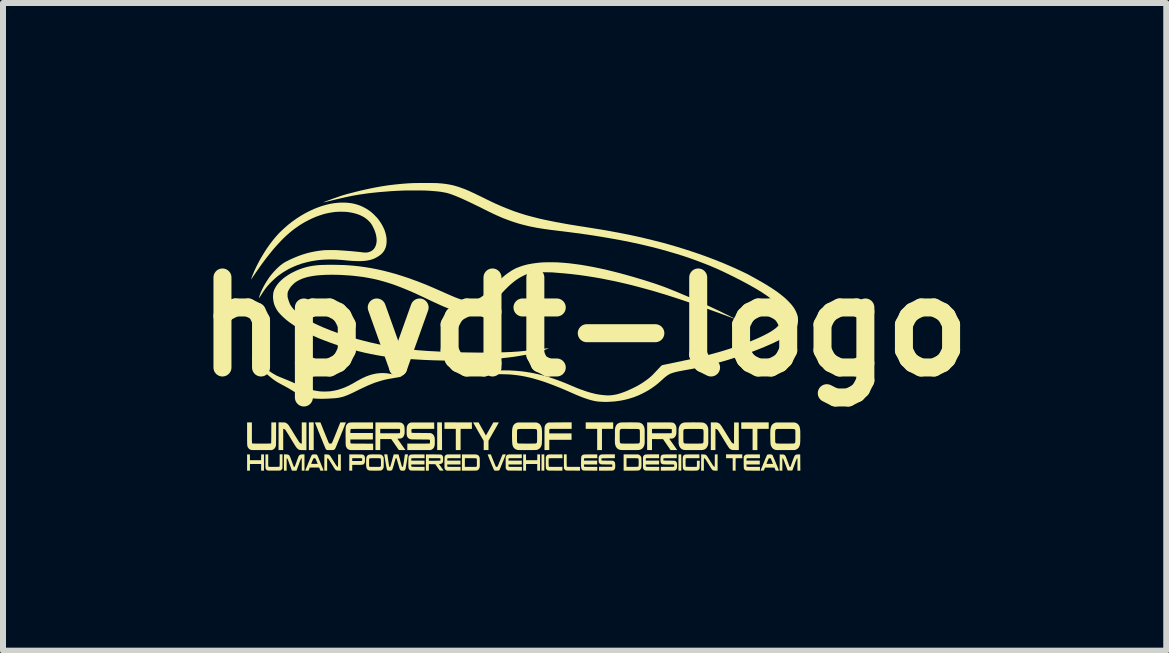
<source format=kicad_pcb>
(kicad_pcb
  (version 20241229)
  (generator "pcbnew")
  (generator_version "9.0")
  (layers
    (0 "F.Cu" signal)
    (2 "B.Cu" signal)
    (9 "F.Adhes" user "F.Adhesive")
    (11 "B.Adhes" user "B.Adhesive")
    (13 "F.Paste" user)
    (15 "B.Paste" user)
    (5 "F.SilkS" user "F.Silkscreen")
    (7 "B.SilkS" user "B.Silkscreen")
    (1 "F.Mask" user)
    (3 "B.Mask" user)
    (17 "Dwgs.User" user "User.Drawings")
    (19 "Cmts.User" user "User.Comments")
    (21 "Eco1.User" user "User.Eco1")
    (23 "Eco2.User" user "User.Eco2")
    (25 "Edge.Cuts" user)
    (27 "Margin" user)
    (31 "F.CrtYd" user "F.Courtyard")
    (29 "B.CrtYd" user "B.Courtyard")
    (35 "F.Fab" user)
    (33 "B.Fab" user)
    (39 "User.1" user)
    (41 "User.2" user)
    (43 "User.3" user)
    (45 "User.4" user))
  (footprint "hpvdt-logo"
    (layer "F.Cu")
    (at 6.693 2.396)
    (property "Reference" "hpvdt-logo" (at 0 0 0) (layer "F.SilkS") (effects (font (size 1.5 1.5) (thickness 0.3))))
    (attr board_only exclude_from_pos_files exclude_from_bom)
    (fp_poly (pts (xy -4.515 1.824) (xy -4.515 2.055) (xy -4.556 2.055) (xy -4.596 2.055) (xy -4.596 1.824) (xy -4.596 1.593) (xy -4.556 1.593) (xy -4.515 1.593)) (stroke (width 0) (type solid)) (fill yes) (layer "F.SilkS"))
    (fp_poly (pts (xy -2.417 1.593) (xy -2.378 1.594) (xy -2.377 1.824) (xy -2.376 2.055) (xy -2.417 2.055) (xy -2.457 2.055) (xy -2.457 1.824) (xy -2.457 1.592)) (stroke (width 0) (type solid)) (fill yes) (layer "F.SilkS"))
    (fp_poly (pts (xy -0.672 2.262) (xy -0.672 2.398) (xy -0.695 2.398) (xy -0.719 2.398) (xy -0.718 2.262) (xy -0.718 2.127) (xy -0.695 2.127) (xy -0.672 2.126)) (stroke (width 0) (type solid)) (fill yes) (layer "F.SilkS"))
    (fp_poly (pts (xy 1.587 2.127) (xy 1.61 2.127) (xy 1.611 2.262) (xy 1.611 2.398) (xy 1.588 2.398) (xy 1.564 2.398) (xy 1.564 2.262) (xy 1.564 2.126)) (stroke (width 0) (type solid)) (fill yes) (layer "F.SilkS"))
    (fp_poly (pts (xy -2.108 1.593) (xy -1.879 1.594) (xy -1.879 1.647) (xy -1.878 1.701) (xy -1.973 1.701) (xy -2.067 1.701) (xy -2.067 1.878) (xy -2.067 2.055) (xy -2.107 2.055) (xy -2.147 2.055) (xy -2.147 1.878) (xy -2.147 1.701) (xy -2.242 1.701) (xy -2.336 1.701) (xy -2.336 1.647) (xy -2.336 1.592)) (stroke (width 0) (type solid)) (fill yes) (layer "F.SilkS"))
    (fp_poly (pts (xy 0.476 1.647) (xy 0.476 1.701) (xy 0.382 1.701) (xy 0.289 1.701) (xy 0.289 1.878) (xy 0.289 2.055) (xy 0.249 2.055) (xy 0.209 2.055) (xy 0.209 1.878) (xy 0.209 1.701) (xy 0.113 1.701) (xy 0.018 1.701) (xy 0.018 1.647) (xy 0.018 1.593) (xy 0.247 1.593) (xy 0.476 1.593)) (stroke (width 0) (type solid)) (fill yes) (layer "F.SilkS"))
    (fp_poly (pts (xy 2.627 2.158) (xy 2.627 2.19) (xy 2.572 2.19) (xy 2.517 2.191) (xy 2.516 2.294) (xy 2.516 2.398) (xy 2.492 2.398) (xy 2.468 2.398) (xy 2.468 2.294) (xy 2.468 2.19) (xy 2.413 2.19) (xy 2.357 2.19) (xy 2.357 2.158) (xy 2.357 2.126) (xy 2.492 2.126) (xy 2.627 2.126)) (stroke (width 0) (type solid)) (fill yes) (layer "F.SilkS"))
    (fp_poly (pts (xy 3.068 1.647) (xy 3.068 1.701) (xy 2.974 1.701) (xy 2.879 1.701) (xy 2.879 1.878) (xy 2.879 2.055) (xy 2.839 2.055) (xy 2.799 2.055) (xy 2.799 1.878) (xy 2.799 1.701) (xy 2.705 1.701) (xy 2.61 1.701) (xy 2.61 1.647) (xy 2.61 1.593) (xy 2.839 1.593) (xy 3.068 1.593)) (stroke (width 0) (type solid)) (fill yes) (layer "F.SilkS"))
    (fp_poly (pts (xy -5.344 2.262) (xy -5.344 2.398) (xy -5.368 2.398) (xy -5.391 2.398) (xy -5.391 2.342) (xy -5.391 2.287) (xy -5.485 2.287) (xy -5.578 2.287) (xy -5.578 2.342) (xy -5.578 2.398) (xy -5.602 2.398) (xy -5.625 2.398) (xy -5.625 2.262) (xy -5.625 2.126) (xy -5.602 2.127) (xy -5.579 2.127) (xy -5.578 2.175) (xy -5.578 2.223) (xy -5.485 2.223) (xy -5.392 2.223) (xy -5.391 2.175) (xy -5.39 2.127) (xy -5.367 2.127) (xy -5.344 2.126)) (stroke (width 0) (type solid)) (fill yes) (layer "F.SilkS"))
    (fp_poly (pts (xy -0.743 2.262) (xy -0.743 2.398) (xy -0.766 2.398) (xy -0.79 2.398) (xy -0.79 2.342) (xy -0.79 2.287) (xy -0.883 2.287) (xy -0.976 2.287) (xy -0.976 2.342) (xy -0.976 2.398) (xy -1 2.398) (xy -1.024 2.398) (xy -1.024 2.262) (xy -1.024 2.126) (xy -1 2.127) (xy -0.977 2.127) (xy -0.977 2.175) (xy -0.976 2.223) (xy -0.883 2.223) (xy -0.79 2.223) (xy -0.789 2.175) (xy -0.789 2.127) (xy -0.766 2.127) (xy -0.743 2.126)) (stroke (width 0) (type solid)) (fill yes) (layer "F.SilkS"))
    (fp_poly (pts (xy -0.299 2.226) (xy -0.299 2.252) (xy -0.299 2.273) (xy -0.298 2.291) (xy -0.298 2.305) (xy -0.298 2.315) (xy -0.297 2.323) (xy -0.297 2.327) (xy -0.296 2.33) (xy -0.296 2.33) (xy -0.295 2.331) (xy -0.293 2.332) (xy -0.29 2.332) (xy -0.285 2.333) (xy -0.278 2.333) (xy -0.269 2.334) (xy -0.257 2.334) (xy -0.242 2.334) (xy -0.223 2.334) (xy -0.2 2.334) (xy -0.185 2.334) (xy -0.078 2.335) (xy -0.077 2.366) (xy -0.077 2.398) (xy -0.189 2.397) (xy -0.212 2.397) (xy -0.234 2.397) (xy -0.254 2.397) (xy -0.271 2.397) (xy -0.286 2.396) (xy -0.297 2.396) (xy -0.305 2.396) (xy -0.309 2.395) (xy -0.322 2.389) (xy -0.333 2.379) (xy -0.338 2.371) (xy -0.345 2.359) (xy -0.345 2.242) (xy -0.346 2.126) (xy -0.322 2.126) (xy -0.299 2.126)) (stroke (width 0) (type solid)) (fill yes) (layer "F.SilkS"))
    (fp_poly (pts (xy -1.461 1.593) (xy -1.449 1.593) (xy -1.439 1.593) (xy -1.432 1.594) (xy -1.43 1.594) (xy -1.43 1.594) (xy -1.431 1.596) (xy -1.434 1.602) (xy -1.439 1.612) (xy -1.446 1.624) (xy -1.455 1.64) (xy -1.465 1.658) (xy -1.476 1.678) (xy -1.489 1.7) (xy -1.502 1.723) (xy -1.516 1.747) (xy -1.602 1.899) (xy -1.602 1.977) (xy -1.602 2.055) (xy -1.642 2.055) (xy -1.682 2.055) (xy -1.682 1.979) (xy -1.682 1.902) (xy -1.771 1.748) (xy -1.859 1.594) (xy -1.814 1.593) (xy -1.8 1.593) (xy -1.787 1.593) (xy -1.777 1.593) (xy -1.77 1.594) (xy -1.767 1.594) (xy -1.767 1.594) (xy -1.765 1.597) (xy -1.762 1.603) (xy -1.757 1.612) (xy -1.75 1.625) (xy -1.741 1.64) (xy -1.732 1.657) (xy -1.721 1.676) (xy -1.71 1.696) (xy -1.705 1.704) (xy -1.645 1.812) (xy -1.637 1.799) (xy -1.634 1.794) (xy -1.629 1.785) (xy -1.623 1.774) (xy -1.615 1.759) (xy -1.605 1.743) (xy -1.595 1.725) (xy -1.584 1.705) (xy -1.575 1.689) (xy -1.521 1.593) (xy -1.475 1.593)) (stroke (width 0) (type solid)) (fill yes) (layer "F.SilkS"))
    (fp_poly (pts (xy -0.216 1.647) (xy -0.216 1.701) (xy -0.397 1.701) (xy -0.577 1.701) (xy -0.583 1.707) (xy -0.586 1.709) (xy -0.587 1.712) (xy -0.588 1.716) (xy -0.589 1.722) (xy -0.589 1.731) (xy -0.589 1.743) (xy -0.589 1.745) (xy -0.589 1.777) (xy -0.404 1.777) (xy -0.218 1.777) (xy -0.218 1.83) (xy -0.218 1.883) (xy -0.404 1.883) (xy -0.589 1.883) (xy -0.589 1.969) (xy -0.589 2.055) (xy -0.629 2.055) (xy -0.669 2.055) (xy -0.669 1.869) (xy -0.669 1.838) (xy -0.669 1.809) (xy -0.669 1.781) (xy -0.669 1.756) (xy -0.669 1.734) (xy -0.668 1.714) (xy -0.668 1.697) (xy -0.668 1.685) (xy -0.668 1.676) (xy -0.667 1.671) (xy -0.667 1.671) (xy -0.661 1.65) (xy -0.653 1.632) (xy -0.641 1.618) (xy -0.626 1.606) (xy -0.609 1.598) (xy -0.607 1.597) (xy -0.604 1.597) (xy -0.601 1.596) (xy -0.597 1.596) (xy -0.591 1.595) (xy -0.584 1.595) (xy -0.575 1.594) (xy -0.564 1.594) (xy -0.55 1.594) (xy -0.533 1.594) (xy -0.513 1.594) (xy -0.49 1.593) (xy -0.462 1.593) (xy -0.431 1.593) (xy -0.407 1.593) (xy -0.216 1.592)) (stroke (width 0) (type solid)) (fill yes) (layer "F.SilkS"))
    (fp_poly (pts (xy -1.884 2.127) (xy -1.862 2.127) (xy -1.843 2.127) (xy -1.828 2.127) (xy -1.816 2.128) (xy -1.809 2.128) (xy -1.809 2.128) (xy -1.791 2.132) (xy -1.776 2.14) (xy -1.764 2.15) (xy -1.756 2.164) (xy -1.751 2.176) (xy -1.75 2.18) (xy -1.749 2.185) (xy -1.748 2.191) (xy -1.748 2.199) (xy -1.748 2.21) (xy -1.747 2.223) (xy -1.747 2.24) (xy -1.747 2.261) (xy -1.747 2.263) (xy -1.747 2.284) (xy -1.747 2.301) (xy -1.747 2.314) (xy -1.748 2.325) (xy -1.748 2.333) (xy -1.749 2.339) (xy -1.75 2.344) (xy -1.751 2.348) (xy -1.752 2.35) (xy -1.759 2.366) (xy -1.768 2.379) (xy -1.776 2.386) (xy -1.78 2.388) (xy -1.784 2.39) (xy -1.788 2.392) (xy -1.793 2.394) (xy -1.799 2.395) (xy -1.807 2.396) (xy -1.817 2.396) (xy -1.829 2.397) (xy -1.844 2.397) (xy -1.862 2.397) (xy -1.884 2.398) (xy -1.911 2.398) (xy -1.926 2.398) (xy -2.046 2.398) (xy -2.045 2.262) (xy -2.045 2.262) (xy -1.996 2.262) (xy -1.996 2.334) (xy -1.902 2.334) (xy -1.807 2.334) (xy -1.801 2.328) (xy -1.796 2.322) (xy -1.796 2.262) (xy -1.796 2.202) (xy -1.802 2.197) (xy -1.808 2.191) (xy -1.902 2.19) (xy -1.996 2.19) (xy -1.996 2.262) (xy -2.045 2.262) (xy -2.045 2.127) (xy -1.936 2.127) (xy -1.909 2.127)) (stroke (width 0) (type solid)) (fill yes) (layer "F.SilkS"))
    (fp_poly (pts (xy -5.273 2.225) (xy -5.273 2.253) (xy -5.273 2.276) (xy -5.273 2.295) (xy -5.272 2.311) (xy -5.272 2.321) (xy -5.271 2.328) (xy -5.271 2.329) (xy -5.27 2.33) (xy -5.269 2.331) (xy -5.267 2.332) (xy -5.263 2.333) (xy -5.257 2.333) (xy -5.249 2.333) (xy -5.239 2.334) (xy -5.225 2.334) (xy -5.207 2.334) (xy -5.185 2.334) (xy -5.178 2.334) (xy -5.153 2.334) (xy -5.133 2.334) (xy -5.116 2.333) (xy -5.104 2.333) (xy -5.095 2.333) (xy -5.089 2.332) (xy -5.086 2.331) (xy -5.085 2.331) (xy -5.084 2.329) (xy -5.084 2.324) (xy -5.083 2.317) (xy -5.083 2.306) (xy -5.082 2.292) (xy -5.082 2.273) (xy -5.082 2.251) (xy -5.082 2.227) (xy -5.082 2.126) (xy -5.058 2.126) (xy -5.035 2.126) (xy -5.035 2.242) (xy -5.036 2.359) (xy -5.043 2.371) (xy -5.051 2.382) (xy -5.061 2.39) (xy -5.061 2.39) (xy -5.072 2.396) (xy -5.174 2.397) (xy -5.2 2.397) (xy -5.221 2.397) (xy -5.239 2.397) (xy -5.253 2.397) (xy -5.264 2.397) (xy -5.272 2.396) (xy -5.279 2.396) (xy -5.283 2.395) (xy -5.286 2.394) (xy -5.286 2.394) (xy -5.297 2.388) (xy -5.306 2.38) (xy -5.313 2.369) (xy -5.316 2.362) (xy -5.317 2.358) (xy -5.318 2.352) (xy -5.318 2.344) (xy -5.319 2.334) (xy -5.319 2.32) (xy -5.319 2.302) (xy -5.319 2.281) (xy -5.319 2.255) (xy -5.319 2.239) (xy -5.319 2.127) (xy -5.296 2.127) (xy -5.273 2.126)) (stroke (width 0) (type solid)) (fill yes) (layer "F.SilkS"))
    (fp_poly (pts (xy -3.786 2.127) (xy -3.763 2.127) (xy -3.744 2.128) (xy -3.728 2.128) (xy -3.715 2.128) (xy -3.705 2.129) (xy -3.698 2.13) (xy -3.691 2.132) (xy -3.687 2.134) (xy -3.683 2.136) (xy -3.68 2.139) (xy -3.676 2.143) (xy -3.675 2.144) (xy -3.67 2.151) (xy -3.666 2.159) (xy -3.664 2.168) (xy -3.662 2.18) (xy -3.661 2.196) (xy -3.661 2.213) (xy -3.661 2.232) (xy -3.662 2.247) (xy -3.664 2.259) (xy -3.666 2.268) (xy -3.67 2.276) (xy -3.675 2.282) (xy -3.679 2.286) (xy -3.683 2.29) (xy -3.687 2.293) (xy -3.691 2.295) (xy -3.697 2.297) (xy -3.704 2.298) (xy -3.713 2.299) (xy -3.725 2.3) (xy -3.74 2.301) (xy -3.758 2.301) (xy -3.78 2.301) (xy -3.793 2.301) (xy -3.873 2.301) (xy -3.873 2.349) (xy -3.873 2.398) (xy -3.898 2.398) (xy -3.923 2.398) (xy -3.922 2.262) (xy -3.922 2.213) (xy -3.873 2.213) (xy -3.873 2.237) (xy -3.793 2.237) (xy -3.77 2.237) (xy -3.751 2.237) (xy -3.736 2.237) (xy -3.725 2.236) (xy -3.717 2.236) (xy -3.713 2.235) (xy -3.711 2.234) (xy -3.709 2.23) (xy -3.708 2.223) (xy -3.708 2.213) (xy -3.708 2.204) (xy -3.709 2.198) (xy -3.71 2.194) (xy -3.712 2.192) (xy -3.713 2.192) (xy -3.716 2.192) (xy -3.725 2.191) (xy -3.737 2.19) (xy -3.753 2.19) (xy -3.774 2.19) (xy -3.795 2.19) (xy -3.873 2.19) (xy -3.873 2.213) (xy -3.922 2.213) (xy -3.922 2.127) (xy -3.813 2.127)) (stroke (width 0) (type solid)) (fill yes) (layer "F.SilkS"))
    (fp_poly (pts (xy -2.5 2.127) (xy -2.478 2.127) (xy -2.457 2.128) (xy -2.438 2.128) (xy -2.422 2.128) (xy -2.409 2.128) (xy -2.4 2.129) (xy -2.395 2.129) (xy -2.395 2.129) (xy -2.385 2.133) (xy -2.375 2.141) (xy -2.366 2.151) (xy -2.364 2.155) (xy -2.362 2.159) (xy -2.361 2.163) (xy -2.36 2.168) (xy -2.359 2.175) (xy -2.359 2.184) (xy -2.359 2.197) (xy -2.359 2.206) (xy -2.359 2.248) (xy -2.366 2.26) (xy -2.374 2.272) (xy -2.384 2.279) (xy -2.396 2.284) (xy -2.411 2.286) (xy -2.428 2.287) (xy -2.389 2.341) (xy -2.379 2.355) (xy -2.37 2.368) (xy -2.362 2.379) (xy -2.356 2.387) (xy -2.352 2.393) (xy -2.35 2.396) (xy -2.35 2.396) (xy -2.353 2.397) (xy -2.359 2.397) (xy -2.368 2.397) (xy -2.379 2.397) (xy -2.383 2.397) (xy -2.415 2.396) (xy -2.452 2.343) (xy -2.489 2.29) (xy -2.542 2.29) (xy -2.596 2.289) (xy -2.596 2.343) (xy -2.596 2.398) (xy -2.621 2.398) (xy -2.646 2.398) (xy -2.645 2.262) (xy -2.645 2.211) (xy -2.596 2.211) (xy -2.596 2.232) (xy -2.5 2.232) (xy -2.404 2.231) (xy -2.403 2.214) (xy -2.403 2.204) (xy -2.403 2.198) (xy -2.405 2.195) (xy -2.406 2.193) (xy -2.408 2.192) (xy -2.413 2.191) (xy -2.42 2.191) (xy -2.43 2.19) (xy -2.443 2.19) (xy -2.46 2.19) (xy -2.481 2.19) (xy -2.503 2.19) (xy -2.596 2.19) (xy -2.596 2.211) (xy -2.645 2.211) (xy -2.644 2.127) (xy -2.524 2.127)) (stroke (width 0) (type solid)) (fill yes) (layer "F.SilkS"))
    (fp_poly (pts (xy 1.241 2.158) (xy 1.241 2.19) (xy 1.133 2.19) (xy 1.026 2.19) (xy 1.022 2.195) (xy 1.02 2.202) (xy 1.019 2.213) (xy 1.019 2.215) (xy 1.019 2.23) (xy 1.13 2.23) (xy 1.241 2.23) (xy 1.241 2.262) (xy 1.241 2.294) (xy 1.13 2.294) (xy 1.019 2.294) (xy 1.019 2.309) (xy 1.019 2.315) (xy 1.019 2.32) (xy 1.019 2.324) (xy 1.02 2.327) (xy 1.022 2.329) (xy 1.026 2.331) (xy 1.031 2.332) (xy 1.039 2.333) (xy 1.05 2.334) (xy 1.064 2.334) (xy 1.081 2.334) (xy 1.102 2.334) (xy 1.127 2.334) (xy 1.133 2.334) (xy 1.243 2.334) (xy 1.243 2.366) (xy 1.243 2.398) (xy 1.129 2.398) (xy 1.102 2.397) (xy 1.079 2.397) (xy 1.059 2.397) (xy 1.044 2.397) (xy 1.031 2.397) (xy 1.022 2.396) (xy 1.015 2.396) (xy 1.01 2.395) (xy 1.006 2.394) (xy 1.006 2.394) (xy 0.995 2.388) (xy 0.985 2.378) (xy 0.977 2.366) (xy 0.977 2.365) (xy 0.976 2.362) (xy 0.975 2.358) (xy 0.974 2.353) (xy 0.974 2.347) (xy 0.973 2.338) (xy 0.973 2.328) (xy 0.973 2.314) (xy 0.973 2.297) (xy 0.973 2.275) (xy 0.973 2.261) (xy 0.973 2.167) (xy 0.979 2.156) (xy 0.988 2.143) (xy 0.999 2.134) (xy 1.014 2.129) (xy 1.018 2.128) (xy 1.023 2.128) (xy 1.032 2.128) (xy 1.046 2.127) (xy 1.062 2.127) (xy 1.08 2.126) (xy 1.101 2.126) (xy 1.122 2.126) (xy 1.136 2.126) (xy 1.241 2.126)) (stroke (width 0) (type solid)) (fill yes) (layer "F.SilkS"))
    (fp_poly (pts (xy 2.809 2.127) (xy 2.817 2.127) (xy 2.921 2.127) (xy 2.921 2.159) (xy 2.922 2.19) (xy 2.813 2.19) (xy 2.705 2.19) (xy 2.701 2.195) (xy 2.699 2.202) (xy 2.698 2.213) (xy 2.697 2.215) (xy 2.697 2.23) (xy 2.808 2.23) (xy 2.919 2.23) (xy 2.919 2.262) (xy 2.919 2.294) (xy 2.808 2.294) (xy 2.697 2.294) (xy 2.697 2.309) (xy 2.697 2.315) (xy 2.697 2.32) (xy 2.697 2.324) (xy 2.698 2.327) (xy 2.701 2.329) (xy 2.704 2.331) (xy 2.71 2.332) (xy 2.718 2.333) (xy 2.729 2.334) (xy 2.742 2.334) (xy 2.759 2.334) (xy 2.781 2.334) (xy 2.806 2.334) (xy 2.812 2.334) (xy 2.922 2.334) (xy 2.922 2.366) (xy 2.922 2.398) (xy 2.808 2.398) (xy 2.78 2.397) (xy 2.757 2.397) (xy 2.738 2.397) (xy 2.722 2.397) (xy 2.71 2.397) (xy 2.7 2.396) (xy 2.693 2.396) (xy 2.688 2.395) (xy 2.685 2.394) (xy 2.685 2.394) (xy 2.673 2.388) (xy 2.663 2.378) (xy 2.656 2.366) (xy 2.656 2.365) (xy 2.655 2.362) (xy 2.654 2.358) (xy 2.653 2.353) (xy 2.652 2.347) (xy 2.652 2.338) (xy 2.652 2.327) (xy 2.652 2.314) (xy 2.651 2.296) (xy 2.651 2.275) (xy 2.651 2.262) (xy 2.651 2.17) (xy 2.658 2.156) (xy 2.665 2.144) (xy 2.675 2.136) (xy 2.687 2.131) (xy 2.698 2.128) (xy 2.704 2.128) (xy 2.714 2.127) (xy 2.727 2.127) (xy 2.744 2.127) (xy 2.764 2.127) (xy 2.786 2.127)) (stroke (width 0) (type solid)) (fill yes) (layer "F.SilkS"))
    (fp_poly (pts (xy -2.067 2.158) (xy -2.067 2.19) (xy -2.173 2.19) (xy -2.202 2.19) (xy -2.226 2.19) (xy -2.247 2.19) (xy -2.263 2.191) (xy -2.275 2.191) (xy -2.282 2.192) (xy -2.284 2.192) (xy -2.287 2.194) (xy -2.288 2.198) (xy -2.289 2.204) (xy -2.289 2.212) (xy -2.289 2.23) (xy -2.179 2.23) (xy -2.069 2.23) (xy -2.069 2.262) (xy -2.069 2.294) (xy -2.179 2.294) (xy -2.289 2.294) (xy -2.289 2.311) (xy -2.289 2.321) (xy -2.288 2.328) (xy -2.286 2.331) (xy -2.284 2.332) (xy -2.28 2.332) (xy -2.272 2.333) (xy -2.262 2.333) (xy -2.247 2.334) (xy -2.23 2.334) (xy -2.208 2.334) (xy -2.181 2.334) (xy -2.175 2.334) (xy -2.067 2.334) (xy -2.067 2.366) (xy -2.067 2.398) (xy -2.181 2.398) (xy -2.295 2.398) (xy -2.307 2.392) (xy -2.319 2.384) (xy -2.328 2.372) (xy -2.334 2.359) (xy -2.335 2.354) (xy -2.335 2.345) (xy -2.336 2.333) (xy -2.336 2.317) (xy -2.336 2.296) (xy -2.336 2.271) (xy -2.336 2.257) (xy -2.336 2.234) (xy -2.335 2.215) (xy -2.335 2.199) (xy -2.335 2.187) (xy -2.335 2.178) (xy -2.334 2.171) (xy -2.333 2.166) (xy -2.333 2.162) (xy -2.332 2.159) (xy -2.331 2.157) (xy -2.33 2.156) (xy -2.322 2.144) (xy -2.312 2.135) (xy -2.304 2.132) (xy -2.302 2.131) (xy -2.299 2.13) (xy -2.295 2.129) (xy -2.289 2.128) (xy -2.282 2.128) (xy -2.272 2.128) (xy -2.26 2.127) (xy -2.245 2.127) (xy -2.226 2.127) (xy -2.203 2.127) (xy -2.181 2.127) (xy -2.067 2.126)) (stroke (width 0) (type solid)) (fill yes) (layer "F.SilkS"))
    (fp_poly (pts (xy -2.667 2.159) (xy -2.667 2.19) (xy -2.773 2.19) (xy -2.802 2.19) (xy -2.826 2.19) (xy -2.846 2.19) (xy -2.863 2.191) (xy -2.874 2.191) (xy -2.882 2.192) (xy -2.884 2.192) (xy -2.887 2.194) (xy -2.888 2.198) (xy -2.889 2.204) (xy -2.889 2.212) (xy -2.889 2.23) (xy -2.779 2.23) (xy -2.669 2.23) (xy -2.669 2.262) (xy -2.669 2.294) (xy -2.779 2.294) (xy -2.889 2.294) (xy -2.889 2.311) (xy -2.888 2.321) (xy -2.887 2.328) (xy -2.886 2.331) (xy -2.884 2.332) (xy -2.879 2.332) (xy -2.872 2.333) (xy -2.861 2.333) (xy -2.847 2.334) (xy -2.829 2.334) (xy -2.807 2.334) (xy -2.781 2.334) (xy -2.775 2.334) (xy -2.667 2.334) (xy -2.667 2.366) (xy -2.667 2.398) (xy -2.781 2.397) (xy -2.81 2.397) (xy -2.835 2.397) (xy -2.857 2.397) (xy -2.875 2.396) (xy -2.888 2.396) (xy -2.897 2.395) (xy -2.902 2.395) (xy -2.902 2.395) (xy -2.914 2.389) (xy -2.923 2.38) (xy -2.93 2.368) (xy -2.935 2.352) (xy -2.936 2.341) (xy -2.937 2.333) (xy -2.938 2.321) (xy -2.938 2.306) (xy -2.938 2.289) (xy -2.938 2.271) (xy -2.938 2.252) (xy -2.937 2.233) (xy -2.937 2.216) (xy -2.936 2.199) (xy -2.936 2.185) (xy -2.935 2.174) (xy -2.934 2.166) (xy -2.933 2.163) (xy -2.927 2.151) (xy -2.918 2.141) (xy -2.907 2.133) (xy -2.903 2.132) (xy -2.901 2.131) (xy -2.897 2.13) (xy -2.893 2.129) (xy -2.888 2.129) (xy -2.88 2.128) (xy -2.871 2.128) (xy -2.859 2.128) (xy -2.844 2.127) (xy -2.825 2.127) (xy -2.803 2.127) (xy -2.78 2.127) (xy -2.668 2.127)) (stroke (width 0) (type solid)) (fill yes) (layer "F.SilkS"))
    (fp_poly (pts (xy -1.047 2.158) (xy -1.047 2.19) (xy -1.154 2.19) (xy -1.18 2.19) (xy -1.201 2.19) (xy -1.219 2.19) (xy -1.233 2.19) (xy -1.243 2.19) (xy -1.251 2.191) (xy -1.257 2.191) (xy -1.261 2.192) (xy -1.264 2.193) (xy -1.265 2.193) (xy -1.265 2.194) (xy -1.268 2.198) (xy -1.269 2.205) (xy -1.269 2.214) (xy -1.269 2.23) (xy -1.158 2.23) (xy -1.047 2.23) (xy -1.047 2.262) (xy -1.047 2.294) (xy -1.158 2.294) (xy -1.269 2.294) (xy -1.269 2.31) (xy -1.269 2.319) (xy -1.267 2.326) (xy -1.266 2.33) (xy -1.265 2.331) (xy -1.263 2.332) (xy -1.26 2.332) (xy -1.256 2.333) (xy -1.249 2.333) (xy -1.24 2.334) (xy -1.228 2.334) (xy -1.213 2.334) (xy -1.194 2.334) (xy -1.171 2.334) (xy -1.155 2.334) (xy -1.046 2.335) (xy -1.045 2.366) (xy -1.045 2.398) (xy -1.159 2.397) (xy -1.182 2.397) (xy -1.203 2.397) (xy -1.223 2.397) (xy -1.241 2.397) (xy -1.256 2.396) (xy -1.267 2.396) (xy -1.275 2.396) (xy -1.279 2.395) (xy -1.279 2.395) (xy -1.293 2.389) (xy -1.303 2.379) (xy -1.308 2.371) (xy -1.315 2.359) (xy -1.316 2.27) (xy -1.316 2.242) (xy -1.316 2.219) (xy -1.316 2.2) (xy -1.315 2.185) (xy -1.315 2.175) (xy -1.314 2.169) (xy -1.309 2.155) (xy -1.3 2.143) (xy -1.289 2.134) (xy -1.286 2.132) (xy -1.283 2.131) (xy -1.281 2.13) (xy -1.277 2.129) (xy -1.273 2.129) (xy -1.267 2.128) (xy -1.26 2.128) (xy -1.25 2.127) (xy -1.238 2.127) (xy -1.222 2.127) (xy -1.203 2.127) (xy -1.18 2.127) (xy -1.161 2.127) (xy -1.047 2.126)) (stroke (width 0) (type solid)) (fill yes) (layer "F.SilkS"))
    (fp_poly (pts (xy 0.211 2.159) (xy 0.211 2.19) (xy 0.105 2.19) (xy 0.076 2.19) (xy 0.052 2.19) (xy 0.032 2.19) (xy 0.015 2.191) (xy 0.004 2.191) (xy -0.004 2.192) (xy -0.006 2.192) (xy -0.008 2.194) (xy -0.01 2.198) (xy -0.01 2.204) (xy -0.011 2.212) (xy -0.011 2.23) (xy 0.099 2.23) (xy 0.209 2.23) (xy 0.209 2.262) (xy 0.209 2.294) (xy 0.099 2.294) (xy -0.011 2.294) (xy -0.011 2.311) (xy -0.01 2.321) (xy -0.009 2.328) (xy -0.008 2.331) (xy -0.006 2.332) (xy -0.001 2.332) (xy 0.006 2.333) (xy 0.017 2.333) (xy 0.031 2.334) (xy 0.049 2.334) (xy 0.071 2.334) (xy 0.097 2.334) (xy 0.103 2.334) (xy 0.211 2.334) (xy 0.211 2.366) (xy 0.211 2.398) (xy 0.097 2.397) (xy 0.068 2.397) (xy 0.043 2.397) (xy 0.021 2.397) (xy 0.003 2.396) (xy -0.01 2.396) (xy -0.019 2.395) (xy -0.024 2.395) (xy -0.024 2.395) (xy -0.036 2.389) (xy -0.045 2.38) (xy -0.052 2.368) (xy -0.056 2.352) (xy -0.058 2.341) (xy -0.059 2.333) (xy -0.059 2.321) (xy -0.06 2.306) (xy -0.06 2.289) (xy -0.06 2.271) (xy -0.06 2.252) (xy -0.059 2.233) (xy -0.059 2.216) (xy -0.058 2.199) (xy -0.058 2.185) (xy -0.057 2.174) (xy -0.056 2.166) (xy -0.055 2.163) (xy -0.049 2.151) (xy -0.04 2.141) (xy -0.028 2.133) (xy -0.025 2.132) (xy -0.022 2.131) (xy -0.019 2.13) (xy -0.015 2.129) (xy -0.009 2.129) (xy -0.002 2.128) (xy 0.007 2.128) (xy 0.019 2.128) (xy 0.034 2.127) (xy 0.053 2.127) (xy 0.075 2.127) (xy 0.098 2.127) (xy 0.21 2.127)) (stroke (width 0) (type solid)) (fill yes) (layer "F.SilkS"))
    (fp_poly (pts (xy -0.492 2.127) (xy -0.477 2.127) (xy -0.371 2.127) (xy -0.37 2.159) (xy -0.369 2.19) (xy -0.48 2.19) (xy -0.506 2.19) (xy -0.529 2.19) (xy -0.547 2.19) (xy -0.561 2.19) (xy -0.573 2.191) (xy -0.581 2.191) (xy -0.588 2.191) (xy -0.592 2.192) (xy -0.594 2.193) (xy -0.595 2.193) (xy -0.596 2.194) (xy -0.598 2.196) (xy -0.598 2.199) (xy -0.599 2.204) (xy -0.599 2.211) (xy -0.6 2.22) (xy -0.6 2.233) (xy -0.6 2.25) (xy -0.6 2.261) (xy -0.6 2.278) (xy -0.599 2.294) (xy -0.599 2.308) (xy -0.599 2.319) (xy -0.598 2.326) (xy -0.598 2.33) (xy -0.598 2.33) (xy -0.597 2.331) (xy -0.596 2.331) (xy -0.594 2.332) (xy -0.59 2.333) (xy -0.584 2.333) (xy -0.576 2.333) (xy -0.565 2.334) (xy -0.551 2.334) (xy -0.534 2.334) (xy -0.513 2.334) (xy -0.487 2.334) (xy -0.483 2.334) (xy -0.37 2.334) (xy -0.37 2.366) (xy -0.37 2.398) (xy -0.487 2.398) (xy -0.515 2.397) (xy -0.538 2.397) (xy -0.558 2.397) (xy -0.574 2.397) (xy -0.586 2.397) (xy -0.596 2.396) (xy -0.604 2.396) (xy -0.609 2.395) (xy -0.613 2.394) (xy -0.614 2.394) (xy -0.623 2.389) (xy -0.632 2.381) (xy -0.64 2.37) (xy -0.644 2.361) (xy -0.645 2.357) (xy -0.645 2.35) (xy -0.646 2.34) (xy -0.646 2.326) (xy -0.647 2.309) (xy -0.647 2.287) (xy -0.647 2.261) (xy -0.647 2.261) (xy -0.647 2.17) (xy -0.64 2.156) (xy -0.633 2.144) (xy -0.624 2.136) (xy -0.613 2.131) (xy -0.599 2.128) (xy -0.594 2.128) (xy -0.584 2.127) (xy -0.57 2.127) (xy -0.554 2.127) (xy -0.535 2.127) (xy -0.514 2.127)) (stroke (width 0) (type solid)) (fill yes) (layer "F.SilkS"))
    (fp_poly (pts (xy 0.773 2.127) (xy 0.895 2.127) (xy 0.907 2.133) (xy 0.92 2.141) (xy 0.932 2.153) (xy 0.94 2.166) (xy 0.942 2.171) (xy 0.944 2.174) (xy 0.945 2.179) (xy 0.945 2.185) (xy 0.946 2.193) (xy 0.946 2.203) (xy 0.947 2.217) (xy 0.947 2.234) (xy 0.947 2.254) (xy 0.948 2.277) (xy 0.948 2.297) (xy 0.947 2.313) (xy 0.947 2.326) (xy 0.946 2.336) (xy 0.944 2.345) (xy 0.943 2.352) (xy 0.94 2.359) (xy 0.937 2.365) (xy 0.932 2.373) (xy 0.925 2.381) (xy 0.923 2.383) (xy 0.919 2.386) (xy 0.915 2.389) (xy 0.911 2.391) (xy 0.906 2.393) (xy 0.901 2.394) (xy 0.893 2.395) (xy 0.884 2.396) (xy 0.872 2.397) (xy 0.858 2.397) (xy 0.84 2.397) (xy 0.819 2.398) (xy 0.794 2.398) (xy 0.77 2.398) (xy 0.65 2.398) (xy 0.65 2.262) (xy 0.698 2.262) (xy 0.698 2.334) (xy 0.791 2.334) (xy 0.818 2.334) (xy 0.841 2.334) (xy 0.86 2.333) (xy 0.874 2.333) (xy 0.884 2.332) (xy 0.889 2.332) (xy 0.89 2.331) (xy 0.895 2.327) (xy 0.898 2.323) (xy 0.899 2.319) (xy 0.9 2.311) (xy 0.9 2.3) (xy 0.9 2.286) (xy 0.901 2.272) (xy 0.901 2.256) (xy 0.901 2.242) (xy 0.9 2.228) (xy 0.9 2.217) (xy 0.899 2.208) (xy 0.898 2.203) (xy 0.898 2.203) (xy 0.897 2.2) (xy 0.895 2.197) (xy 0.892 2.195) (xy 0.888 2.193) (xy 0.882 2.192) (xy 0.874 2.191) (xy 0.864 2.191) (xy 0.85 2.19) (xy 0.833 2.19) (xy 0.811 2.19) (xy 0.789 2.19) (xy 0.698 2.19) (xy 0.698 2.262) (xy 0.65 2.262) (xy 0.65 2.262) (xy 0.65 2.126)) (stroke (width 0) (type solid)) (fill yes) (layer "F.SilkS"))
    (fp_poly (pts (xy 1.974 2.127) (xy 1.991 2.128) (xy 2.004 2.129) (xy 2.014 2.132) (xy 2.023 2.137) (xy 2.03 2.142) (xy 2.035 2.148) (xy 2.038 2.152) (xy 2.044 2.16) (xy 2.051 2.171) (xy 2.059 2.184) (xy 2.069 2.199) (xy 2.079 2.216) (xy 2.091 2.234) (xy 2.092 2.237) (xy 2.107 2.26) (xy 2.119 2.279) (xy 2.129 2.295) (xy 2.137 2.308) (xy 2.144 2.317) (xy 2.15 2.325) (xy 2.155 2.329) (xy 2.159 2.332) (xy 2.162 2.334) (xy 2.164 2.334) (xy 2.165 2.334) (xy 2.166 2.333) (xy 2.167 2.332) (xy 2.167 2.329) (xy 2.168 2.325) (xy 2.168 2.319) (xy 2.168 2.31) (xy 2.169 2.299) (xy 2.169 2.284) (xy 2.169 2.265) (xy 2.169 2.242) (xy 2.169 2.231) (xy 2.17 2.127) (xy 2.193 2.127) (xy 2.216 2.126) (xy 2.216 2.262) (xy 2.216 2.398) (xy 2.186 2.398) (xy 2.169 2.397) (xy 2.156 2.396) (xy 2.146 2.394) (xy 2.137 2.391) (xy 2.13 2.386) (xy 2.123 2.379) (xy 2.119 2.374) (xy 2.113 2.366) (xy 2.105 2.354) (xy 2.096 2.339) (xy 2.085 2.322) (xy 2.073 2.303) (xy 2.066 2.291) (xy 2.055 2.274) (xy 2.045 2.257) (xy 2.036 2.242) (xy 2.028 2.229) (xy 2.021 2.219) (xy 2.016 2.211) (xy 2.014 2.207) (xy 2.013 2.207) (xy 2.008 2.2) (xy 2.001 2.195) (xy 1.994 2.191) (xy 1.99 2.19) (xy 1.989 2.191) (xy 1.988 2.194) (xy 1.988 2.199) (xy 1.988 2.208) (xy 1.987 2.219) (xy 1.987 2.234) (xy 1.987 2.253) (xy 1.987 2.276) (xy 1.987 2.294) (xy 1.987 2.398) (xy 1.964 2.398) (xy 1.942 2.398) (xy 1.942 2.262) (xy 1.942 2.125)) (stroke (width 0) (type solid)) (fill yes) (layer "F.SilkS"))
    (fp_poly (pts (xy -4.063 2.263) (xy -4.062 2.398) (xy -4.097 2.397) (xy -4.113 2.397) (xy -4.124 2.396) (xy -4.133 2.394) (xy -4.14 2.392) (xy -4.146 2.388) (xy -4.152 2.383) (xy -4.156 2.379) (xy -4.159 2.375) (xy -4.164 2.367) (xy -4.172 2.357) (xy -4.18 2.344) (xy -4.19 2.328) (xy -4.2 2.311) (xy -4.212 2.293) (xy -4.216 2.287) (xy -4.23 2.264) (xy -4.242 2.244) (xy -4.252 2.229) (xy -4.26 2.216) (xy -4.267 2.207) (xy -4.272 2.2) (xy -4.276 2.195) (xy -4.28 2.193) (xy -4.282 2.192) (xy -4.285 2.191) (xy -4.287 2.191) (xy -4.288 2.191) (xy -4.289 2.192) (xy -4.29 2.194) (xy -4.29 2.199) (xy -4.291 2.205) (xy -4.291 2.214) (xy -4.291 2.226) (xy -4.291 2.242) (xy -4.291 2.261) (xy -4.291 2.285) (xy -4.291 2.293) (xy -4.291 2.398) (xy -4.315 2.398) (xy -4.338 2.398) (xy -4.338 2.262) (xy -4.337 2.127) (xy -4.305 2.127) (xy -4.289 2.128) (xy -4.277 2.129) (xy -4.268 2.131) (xy -4.26 2.134) (xy -4.253 2.139) (xy -4.246 2.146) (xy -4.245 2.146) (xy -4.242 2.151) (xy -4.236 2.158) (xy -4.229 2.169) (xy -4.22 2.182) (xy -4.211 2.198) (xy -4.2 2.215) (xy -4.189 2.233) (xy -4.185 2.238) (xy -4.171 2.261) (xy -4.159 2.28) (xy -4.149 2.295) (xy -4.141 2.308) (xy -4.134 2.317) (xy -4.128 2.324) (xy -4.123 2.329) (xy -4.119 2.332) (xy -4.116 2.334) (xy -4.114 2.334) (xy -4.113 2.334) (xy -4.112 2.333) (xy -4.111 2.331) (xy -4.111 2.328) (xy -4.11 2.324) (xy -4.11 2.317) (xy -4.11 2.307) (xy -4.109 2.295) (xy -4.109 2.279) (xy -4.109 2.259) (xy -4.109 2.235) (xy -4.109 2.231) (xy -4.108 2.127) (xy -4.086 2.127) (xy -4.063 2.127)) (stroke (width 0) (type solid)) (fill yes) (layer "F.SilkS"))
    (fp_poly (pts (xy -5.048 1.593) (xy -5.031 1.593) (xy -5.017 1.594) (xy -5.007 1.594) (xy -4.999 1.595) (xy -4.993 1.596) (xy -4.988 1.597) (xy -4.983 1.599) (xy -4.983 1.599) (xy -4.967 1.608) (xy -4.951 1.62) (xy -4.938 1.634) (xy -4.936 1.635) (xy -4.933 1.64) (xy -4.928 1.647) (xy -4.921 1.659) (xy -4.912 1.673) (xy -4.902 1.689) (xy -4.89 1.708) (xy -4.877 1.728) (xy -4.864 1.75) (xy -4.85 1.773) (xy -4.845 1.781) (xy -4.831 1.805) (xy -4.817 1.827) (xy -4.804 1.847) (xy -4.793 1.866) (xy -4.782 1.883) (xy -4.773 1.897) (xy -4.766 1.909) (xy -4.76 1.917) (xy -4.757 1.922) (xy -4.757 1.923) (xy -4.746 1.934) (xy -4.734 1.942) (xy -4.724 1.946) (xy -4.724 1.946) (xy -4.714 1.947) (xy -4.714 1.77) (xy -4.714 1.593) (xy -4.675 1.593) (xy -4.636 1.593) (xy -4.636 1.824) (xy -4.636 2.056) (xy -4.691 2.055) (xy -4.711 2.054) (xy -4.728 2.054) (xy -4.742 2.053) (xy -4.752 2.051) (xy -4.761 2.048) (xy -4.769 2.044) (xy -4.776 2.039) (xy -4.783 2.033) (xy -4.792 2.025) (xy -4.795 2.021) (xy -4.799 2.017) (xy -4.803 2.012) (xy -4.807 2.007) (xy -4.812 2) (xy -4.817 1.992) (xy -4.824 1.982) (xy -4.832 1.969) (xy -4.841 1.954) (xy -4.852 1.937) (xy -4.864 1.916) (xy -4.879 1.892) (xy -4.894 1.867) (xy -4.911 1.839) (xy -4.926 1.814) (xy -4.94 1.791) (xy -4.953 1.771) (xy -4.964 1.754) (xy -4.973 1.739) (xy -4.98 1.728) (xy -4.985 1.721) (xy -4.988 1.717) (xy -4.998 1.71) (xy -5.008 1.704) (xy -5.016 1.701) (xy -5.018 1.701) (xy -5.023 1.701) (xy -5.023 1.878) (xy -5.023 2.055) (xy -5.062 2.055) (xy -5.101 2.055) (xy -5.101 1.824) (xy -5.101 1.592)) (stroke (width 0) (type solid)) (fill yes) (layer "F.SilkS"))
    (fp_poly (pts (xy 2.168 1.593) (xy 2.184 1.593) (xy 2.198 1.594) (xy 2.209 1.596) (xy 2.218 1.599) (xy 2.227 1.602) (xy 2.233 1.605) (xy 2.238 1.608) (xy 2.243 1.611) (xy 2.248 1.615) (xy 2.254 1.62) (xy 2.259 1.626) (xy 2.265 1.633) (xy 2.272 1.642) (xy 2.28 1.654) (xy 2.289 1.667) (xy 2.299 1.683) (xy 2.311 1.703) (xy 2.325 1.725) (xy 2.341 1.751) (xy 2.358 1.778) (xy 2.372 1.801) (xy 2.386 1.823) (xy 2.399 1.844) (xy 2.411 1.864) (xy 2.422 1.881) (xy 2.431 1.896) (xy 2.439 1.908) (xy 2.444 1.917) (xy 2.448 1.923) (xy 2.449 1.924) (xy 2.457 1.933) (xy 2.467 1.94) (xy 2.476 1.945) (xy 2.483 1.947) (xy 2.49 1.947) (xy 2.49 1.77) (xy 2.491 1.594) (xy 2.53 1.594) (xy 2.569 1.594) (xy 2.569 1.824) (xy 2.57 2.055) (xy 2.52 2.055) (xy 2.5 2.055) (xy 2.484 2.055) (xy 2.472 2.054) (xy 2.462 2.053) (xy 2.453 2.051) (xy 2.445 2.048) (xy 2.438 2.045) (xy 2.435 2.044) (xy 2.431 2.041) (xy 2.426 2.038) (xy 2.421 2.034) (xy 2.416 2.029) (xy 2.411 2.024) (xy 2.405 2.016) (xy 2.398 2.007) (xy 2.391 1.996) (xy 2.382 1.982) (xy 2.371 1.966) (xy 2.36 1.947) (xy 2.346 1.925) (xy 2.33 1.899) (xy 2.313 1.87) (xy 2.298 1.846) (xy 2.285 1.824) (xy 2.271 1.802) (xy 2.259 1.783) (xy 2.248 1.765) (xy 2.239 1.75) (xy 2.231 1.738) (xy 2.225 1.728) (xy 2.221 1.723) (xy 2.22 1.721) (xy 2.212 1.713) (xy 2.202 1.707) (xy 2.193 1.703) (xy 2.186 1.701) (xy 2.18 1.701) (xy 2.18 1.878) (xy 2.18 2.055) (xy 2.141 2.055) (xy 2.103 2.055) (xy 2.103 1.824) (xy 2.103 1.593) (xy 2.147 1.593)) (stroke (width 0) (type solid)) (fill yes) (layer "F.SilkS"))
    (fp_poly (pts (xy 3.101 2.127) (xy 3.113 2.128) (xy 3.121 2.131) (xy 3.128 2.135) (xy 3.131 2.139) (xy 3.133 2.142) (xy 3.136 2.149) (xy 3.14 2.159) (xy 3.146 2.173) (xy 3.153 2.188) (xy 3.16 2.206) (xy 3.169 2.225) (xy 3.177 2.245) (xy 3.186 2.266) (xy 3.194 2.287) (xy 3.203 2.307) (xy 3.211 2.326) (xy 3.218 2.344) (xy 3.224 2.36) (xy 3.23 2.374) (xy 3.234 2.384) (xy 3.237 2.392) (xy 3.237 2.393) (xy 3.237 2.395) (xy 3.236 2.396) (xy 3.233 2.397) (xy 3.226 2.398) (xy 3.216 2.398) (xy 3.211 2.398) (xy 3.184 2.398) (xy 3.174 2.372) (xy 3.163 2.347) (xy 3.085 2.347) (xy 3.006 2.347) (xy 2.996 2.372) (xy 2.986 2.396) (xy 2.959 2.397) (xy 2.931 2.398) (xy 2.934 2.39) (xy 2.936 2.386) (xy 2.939 2.379) (xy 2.943 2.368) (xy 2.949 2.354) (xy 2.956 2.337) (xy 2.964 2.318) (xy 2.972 2.297) (xy 2.977 2.284) (xy 3.03 2.284) (xy 3.085 2.284) (xy 3.139 2.284) (xy 3.134 2.272) (xy 3.125 2.25) (xy 3.118 2.232) (xy 3.112 2.218) (xy 3.107 2.207) (xy 3.104 2.2) (xy 3.101 2.196) (xy 3.101 2.195) (xy 3.094 2.191) (xy 3.086 2.19) (xy 3.077 2.19) (xy 3.07 2.193) (xy 3.069 2.195) (xy 3.066 2.198) (xy 3.063 2.206) (xy 3.058 2.216) (xy 3.053 2.227) (xy 3.05 2.234) (xy 3.045 2.247) (xy 3.041 2.258) (xy 3.037 2.268) (xy 3.034 2.275) (xy 3.033 2.277) (xy 3.03 2.284) (xy 2.977 2.284) (xy 2.981 2.275) (xy 2.987 2.261) (xy 2.998 2.235) (xy 3.007 2.211) (xy 3.016 2.19) (xy 3.024 2.172) (xy 3.031 2.157) (xy 3.036 2.145) (xy 3.039 2.138) (xy 3.041 2.135) (xy 3.046 2.131) (xy 3.052 2.129) (xy 3.061 2.127) (xy 3.073 2.126) (xy 3.086 2.126)) (stroke (width 0) (type solid)) (fill yes) (layer "F.SilkS"))
    (fp_poly (pts (xy -4.98 2.127) (xy -4.966 2.127) (xy -4.955 2.128) (xy -4.948 2.129) (xy -4.942 2.131) (xy -4.937 2.133) (xy -4.932 2.136) (xy -4.928 2.139) (xy -4.924 2.142) (xy -4.92 2.147) (xy -4.916 2.153) (xy -4.912 2.162) (xy -4.907 2.172) (xy -4.901 2.185) (xy -4.895 2.202) (xy -4.888 2.222) (xy -4.879 2.245) (xy -4.874 2.259) (xy -4.847 2.334) (xy -4.839 2.333) (xy -4.831 2.333) (xy -4.802 2.252) (xy -4.794 2.229) (xy -4.787 2.21) (xy -4.781 2.194) (xy -4.776 2.181) (xy -4.772 2.171) (xy -4.769 2.163) (xy -4.766 2.157) (xy -4.763 2.152) (xy -4.76 2.148) (xy -4.757 2.145) (xy -4.756 2.144) (xy -4.75 2.138) (xy -4.743 2.134) (xy -4.733 2.13) (xy -4.722 2.128) (xy -4.706 2.127) (xy -4.699 2.127) (xy -4.669 2.125) (xy -4.669 2.262) (xy -4.669 2.398) (xy -4.691 2.398) (xy -4.714 2.398) (xy -4.714 2.294) (xy -4.714 2.265) (xy -4.714 2.242) (xy -4.714 2.223) (xy -4.715 2.208) (xy -4.715 2.198) (xy -4.716 2.192) (xy -4.716 2.19) (xy -4.72 2.191) (xy -4.723 2.195) (xy -4.727 2.202) (xy -4.732 2.212) (xy -4.738 2.226) (xy -4.745 2.244) (xy -4.748 2.252) (xy -4.755 2.27) (xy -4.762 2.291) (xy -4.77 2.313) (xy -4.778 2.333) (xy -4.784 2.35) (xy -4.802 2.398) (xy -4.84 2.398) (xy -4.878 2.398) (xy -4.908 2.314) (xy -4.916 2.295) (xy -4.923 2.276) (xy -4.929 2.258) (xy -4.935 2.243) (xy -4.94 2.23) (xy -4.943 2.22) (xy -4.946 2.215) (xy -4.951 2.203) (xy -4.956 2.195) (xy -4.962 2.191) (xy -4.964 2.19) (xy -4.965 2.192) (xy -4.965 2.199) (xy -4.966 2.209) (xy -4.966 2.223) (xy -4.966 2.24) (xy -4.966 2.259) (xy -4.966 2.281) (xy -4.966 2.294) (xy -4.966 2.398) (xy -4.989 2.398) (xy -5.011 2.398) (xy -5.011 2.262) (xy -5.011 2.125)) (stroke (width 0) (type solid)) (fill yes) (layer "F.SilkS"))
    (fp_poly (pts (xy -3.248 1.593) (xy -3.214 1.593) (xy -3.183 1.593) (xy -3.155 1.593) (xy -3.131 1.593) (xy -3.111 1.593) (xy -3.095 1.594) (xy -3.083 1.594) (xy -3.075 1.595) (xy -3.073 1.595) (xy -3.053 1.601) (xy -3.036 1.61) (xy -3.022 1.623) (xy -3.012 1.639) (xy -3.005 1.659) (xy -3.003 1.665) (xy -3.002 1.676) (xy -3.001 1.689) (xy -3 1.705) (xy -3 1.723) (xy -3 1.741) (xy -3 1.758) (xy -3.001 1.773) (xy -3.002 1.786) (xy -3.004 1.792) (xy -3.01 1.812) (xy -3.018 1.829) (xy -3.029 1.842) (xy -3.038 1.849) (xy -3.046 1.855) (xy -3.055 1.858) (xy -3.064 1.861) (xy -3.075 1.862) (xy -3.089 1.864) (xy -3.092 1.864) (xy -3.12 1.865) (xy -3.053 1.96) (xy -2.986 2.054) (xy -3.04 2.055) (xy -3.055 2.055) (xy -3.069 2.055) (xy -3.081 2.055) (xy -3.089 2.055) (xy -3.094 2.055) (xy -3.095 2.054) (xy -3.097 2.052) (xy -3.101 2.047) (xy -3.108 2.038) (xy -3.116 2.027) (xy -3.125 2.013) (xy -3.136 1.997) (xy -3.148 1.98) (xy -3.16 1.962) (xy -3.223 1.871) (xy -3.314 1.871) (xy -3.406 1.871) (xy -3.406 1.963) (xy -3.406 2.055) (xy -3.446 2.055) (xy -3.486 2.055) (xy -3.486 1.824) (xy -3.486 1.738) (xy -3.406 1.738) (xy -3.406 1.774) (xy -3.248 1.774) (xy -3.221 1.774) (xy -3.196 1.774) (xy -3.172 1.774) (xy -3.15 1.774) (xy -3.13 1.774) (xy -3.114 1.774) (xy -3.101 1.773) (xy -3.092 1.773) (xy -3.086 1.773) (xy -3.086 1.773) (xy -3.081 1.77) (xy -3.078 1.765) (xy -3.076 1.757) (xy -3.075 1.746) (xy -3.075 1.737) (xy -3.075 1.726) (xy -3.076 1.718) (xy -3.077 1.713) (xy -3.079 1.709) (xy -3.08 1.707) (xy -3.085 1.701) (xy -3.245 1.701) (xy -3.406 1.701) (xy -3.406 1.738) (xy -3.486 1.738) (xy -3.486 1.593) (xy -3.286 1.593)) (stroke (width 0) (type solid)) (fill yes) (layer "F.SilkS"))
    (fp_poly (pts (xy -4.498 2.127) (xy -4.498 2.127) (xy -4.484 2.127) (xy -4.474 2.128) (xy -4.466 2.13) (xy -4.461 2.133) (xy -4.457 2.138) (xy -4.454 2.141) (xy -4.453 2.145) (xy -4.45 2.152) (xy -4.445 2.162) (xy -4.439 2.176) (xy -4.433 2.191) (xy -4.426 2.209) (xy -4.418 2.228) (xy -4.409 2.248) (xy -4.401 2.269) (xy -4.392 2.29) (xy -4.384 2.31) (xy -4.377 2.329) (xy -4.369 2.346) (xy -4.363 2.362) (xy -4.358 2.375) (xy -4.354 2.385) (xy -4.352 2.391) (xy -4.351 2.393) (xy -4.351 2.395) (xy -4.352 2.396) (xy -4.356 2.397) (xy -4.362 2.398) (xy -4.373 2.398) (xy -4.377 2.398) (xy -4.404 2.398) (xy -4.414 2.372) (xy -4.424 2.346) (xy -4.503 2.346) (xy -4.581 2.346) (xy -4.591 2.372) (xy -4.601 2.398) (xy -4.629 2.398) (xy -4.657 2.398) (xy -4.651 2.384) (xy -4.649 2.379) (xy -4.646 2.371) (xy -4.641 2.358) (xy -4.635 2.343) (xy -4.627 2.326) (xy -4.619 2.306) (xy -4.611 2.285) (xy -4.611 2.284) (xy -4.557 2.284) (xy -4.503 2.284) (xy -4.488 2.284) (xy -4.474 2.284) (xy -4.463 2.284) (xy -4.455 2.284) (xy -4.45 2.283) (xy -4.449 2.283) (xy -4.45 2.28) (xy -4.453 2.273) (xy -4.457 2.264) (xy -4.461 2.253) (xy -4.466 2.24) (xy -4.472 2.228) (xy -4.477 2.216) (xy -4.482 2.206) (xy -4.485 2.199) (xy -4.488 2.194) (xy -4.489 2.193) (xy -4.495 2.19) (xy -4.503 2.19) (xy -4.511 2.191) (xy -4.517 2.193) (xy -4.519 2.194) (xy -4.521 2.198) (xy -4.524 2.205) (xy -4.529 2.215) (xy -4.534 2.227) (xy -4.539 2.24) (xy -4.54 2.241) (xy -4.557 2.284) (xy -4.611 2.284) (xy -4.602 2.263) (xy -4.599 2.257) (xy -4.59 2.235) (xy -4.582 2.214) (xy -4.574 2.195) (xy -4.567 2.178) (xy -4.56 2.163) (xy -4.555 2.151) (xy -4.551 2.143) (xy -4.549 2.138) (xy -4.549 2.138) (xy -4.544 2.133) (xy -4.537 2.13) (xy -4.528 2.127) (xy -4.515 2.126)) (stroke (width 0) (type solid)) (fill yes) (layer "F.SilkS"))
    (fp_poly (pts (xy -1.328 2.126) (xy -1.321 2.126) (xy -1.316 2.127) (xy -1.315 2.128) (xy -1.314 2.13) (xy -1.315 2.13) (xy -1.316 2.133) (xy -1.318 2.14) (xy -1.323 2.151) (xy -1.328 2.164) (xy -1.334 2.18) (xy -1.341 2.198) (xy -1.349 2.217) (xy -1.357 2.237) (xy -1.366 2.257) (xy -1.374 2.278) (xy -1.382 2.298) (xy -1.39 2.317) (xy -1.397 2.334) (xy -1.403 2.35) (xy -1.409 2.363) (xy -1.413 2.373) (xy -1.416 2.379) (xy -1.417 2.382) (xy -1.421 2.388) (xy -1.425 2.392) (xy -1.432 2.395) (xy -1.441 2.397) (xy -1.453 2.397) (xy -1.468 2.398) (xy -1.481 2.398) (xy -1.49 2.397) (xy -1.496 2.397) (xy -1.501 2.396) (xy -1.504 2.394) (xy -1.506 2.392) (xy -1.508 2.39) (xy -1.511 2.384) (xy -1.515 2.376) (xy -1.521 2.364) (xy -1.527 2.349) (xy -1.535 2.33) (xy -1.545 2.307) (xy -1.556 2.28) (xy -1.564 2.26) (xy -1.574 2.236) (xy -1.583 2.214) (xy -1.591 2.194) (xy -1.598 2.176) (xy -1.604 2.16) (xy -1.609 2.147) (xy -1.613 2.137) (xy -1.615 2.131) (xy -1.616 2.129) (xy -1.615 2.128) (xy -1.612 2.127) (xy -1.605 2.126) (xy -1.595 2.127) (xy -1.59 2.127) (xy -1.563 2.127) (xy -1.524 2.225) (xy -1.515 2.246) (xy -1.508 2.265) (xy -1.5 2.283) (xy -1.494 2.298) (xy -1.489 2.311) (xy -1.484 2.321) (xy -1.482 2.327) (xy -1.481 2.329) (xy -1.477 2.332) (xy -1.472 2.334) (xy -1.465 2.334) (xy -1.462 2.334) (xy -1.46 2.334) (xy -1.457 2.334) (xy -1.455 2.333) (xy -1.453 2.33) (xy -1.451 2.327) (xy -1.448 2.321) (xy -1.444 2.314) (xy -1.44 2.304) (xy -1.434 2.291) (xy -1.428 2.275) (xy -1.42 2.255) (xy -1.41 2.231) (xy -1.407 2.224) (xy -1.399 2.204) (xy -1.392 2.186) (xy -1.385 2.169) (xy -1.379 2.155) (xy -1.374 2.143) (xy -1.37 2.135) (xy -1.368 2.13) (xy -1.368 2.129) (xy -1.364 2.128) (xy -1.357 2.127) (xy -1.346 2.126) (xy -1.339 2.126)) (stroke (width 0) (type solid)) (fill yes) (layer "F.SilkS"))
    (fp_poly (pts (xy 3.594 2.262) (xy 3.595 2.398) (xy 3.571 2.398) (xy 3.547 2.398) (xy 3.547 2.294) (xy 3.547 2.269) (xy 3.547 2.248) (xy 3.547 2.232) (xy 3.547 2.219) (xy 3.547 2.209) (xy 3.547 2.201) (xy 3.546 2.196) (xy 3.546 2.193) (xy 3.545 2.192) (xy 3.544 2.192) (xy 3.543 2.192) (xy 3.543 2.192) (xy 3.538 2.196) (xy 3.534 2.2) (xy 3.533 2.204) (xy 3.53 2.211) (xy 3.526 2.222) (xy 3.52 2.235) (xy 3.514 2.251) (xy 3.507 2.27) (xy 3.5 2.289) (xy 3.496 2.301) (xy 3.461 2.396) (xy 3.422 2.396) (xy 3.384 2.396) (xy 3.348 2.298) (xy 3.338 2.274) (xy 3.331 2.253) (xy 3.324 2.236) (xy 3.319 2.222) (xy 3.314 2.212) (xy 3.311 2.204) (xy 3.308 2.199) (xy 3.306 2.196) (xy 3.305 2.195) (xy 3.301 2.192) (xy 3.297 2.191) (xy 3.297 2.191) (xy 3.297 2.194) (xy 3.296 2.201) (xy 3.296 2.212) (xy 3.295 2.226) (xy 3.295 2.244) (xy 3.295 2.265) (xy 3.295 2.288) (xy 3.295 2.295) (xy 3.295 2.398) (xy 3.272 2.398) (xy 3.25 2.398) (xy 3.251 2.262) (xy 3.251 2.127) (xy 3.282 2.128) (xy 3.299 2.128) (xy 3.312 2.129) (xy 3.323 2.132) (xy 3.331 2.136) (xy 3.337 2.142) (xy 3.342 2.148) (xy 3.345 2.151) (xy 3.347 2.154) (xy 3.349 2.158) (xy 3.351 2.162) (xy 3.354 2.168) (xy 3.357 2.175) (xy 3.36 2.184) (xy 3.365 2.196) (xy 3.37 2.211) (xy 3.377 2.229) (xy 3.385 2.251) (xy 3.386 2.254) (xy 3.414 2.333) (xy 3.422 2.333) (xy 3.431 2.333) (xy 3.459 2.253) (xy 3.468 2.228) (xy 3.476 2.207) (xy 3.483 2.19) (xy 3.488 2.176) (xy 3.493 2.164) (xy 3.498 2.155) (xy 3.502 2.149) (xy 3.506 2.143) (xy 3.51 2.14) (xy 3.514 2.136) (xy 3.519 2.134) (xy 3.521 2.133) (xy 3.526 2.131) (xy 3.531 2.129) (xy 3.538 2.128) (xy 3.546 2.128) (xy 3.558 2.127) (xy 3.563 2.127) (xy 3.593 2.127)) (stroke (width 0) (type solid)) (fill yes) (layer "F.SilkS"))
    (fp_poly (pts (xy 0.504 2.158) (xy 0.504 2.19) (xy 0.394 2.19) (xy 0.368 2.191) (xy 0.346 2.191) (xy 0.328 2.191) (xy 0.314 2.191) (xy 0.302 2.192) (xy 0.294 2.192) (xy 0.288 2.193) (xy 0.284 2.195) (xy 0.281 2.197) (xy 0.28 2.199) (xy 0.28 2.202) (xy 0.28 2.206) (xy 0.28 2.21) (xy 0.28 2.215) (xy 0.28 2.219) (xy 0.28 2.222) (xy 0.282 2.225) (xy 0.285 2.227) (xy 0.29 2.228) (xy 0.297 2.229) (xy 0.307 2.23) (xy 0.32 2.23) (xy 0.336 2.23) (xy 0.357 2.23) (xy 0.378 2.231) (xy 0.47 2.231) (xy 0.482 2.237) (xy 0.491 2.243) (xy 0.497 2.249) (xy 0.503 2.257) (xy 0.506 2.267) (xy 0.508 2.28) (xy 0.51 2.297) (xy 0.51 2.316) (xy 0.51 2.331) (xy 0.51 2.341) (xy 0.509 2.349) (xy 0.508 2.355) (xy 0.507 2.36) (xy 0.505 2.365) (xy 0.504 2.367) (xy 0.495 2.381) (xy 0.484 2.39) (xy 0.474 2.395) (xy 0.469 2.396) (xy 0.461 2.396) (xy 0.45 2.397) (xy 0.434 2.397) (xy 0.413 2.397) (xy 0.389 2.398) (xy 0.359 2.398) (xy 0.353 2.398) (xy 0.24 2.398) (xy 0.24 2.366) (xy 0.24 2.334) (xy 0.35 2.333) (xy 0.46 2.333) (xy 0.461 2.315) (xy 0.461 2.305) (xy 0.46 2.299) (xy 0.459 2.296) (xy 0.456 2.295) (xy 0.449 2.295) (xy 0.438 2.295) (xy 0.424 2.294) (xy 0.407 2.294) (xy 0.389 2.294) (xy 0.369 2.294) (xy 0.367 2.294) (xy 0.345 2.294) (xy 0.324 2.293) (xy 0.306 2.293) (xy 0.292 2.293) (xy 0.28 2.292) (xy 0.273 2.292) (xy 0.27 2.291) (xy 0.256 2.285) (xy 0.245 2.276) (xy 0.24 2.267) (xy 0.238 2.262) (xy 0.236 2.258) (xy 0.235 2.253) (xy 0.234 2.247) (xy 0.234 2.239) (xy 0.234 2.227) (xy 0.234 2.212) (xy 0.234 2.197) (xy 0.234 2.186) (xy 0.234 2.178) (xy 0.235 2.171) (xy 0.236 2.167) (xy 0.238 2.162) (xy 0.24 2.157) (xy 0.24 2.156) (xy 0.248 2.144) (xy 0.257 2.136) (xy 0.27 2.131) (xy 0.28 2.128) (xy 0.286 2.128) (xy 0.295 2.127) (xy 0.309 2.127) (xy 0.325 2.127) (xy 0.344 2.126) (xy 0.364 2.126) (xy 0.386 2.126) (xy 0.4 2.126) (xy 0.504 2.126)) (stroke (width 0) (type solid)) (fill yes) (layer "F.SilkS"))
    (fp_poly (pts (xy 1.535 2.159) (xy 1.536 2.19) (xy 1.428 2.19) (xy 1.401 2.19) (xy 1.378 2.19) (xy 1.36 2.19) (xy 1.345 2.19) (xy 1.334 2.191) (xy 1.326 2.191) (xy 1.32 2.192) (xy 1.317 2.192) (xy 1.315 2.193) (xy 1.313 2.195) (xy 1.312 2.2) (xy 1.312 2.207) (xy 1.312 2.212) (xy 1.313 2.229) (xy 1.407 2.23) (xy 1.432 2.23) (xy 1.453 2.231) (xy 1.47 2.231) (xy 1.483 2.232) (xy 1.494 2.232) (xy 1.502 2.233) (xy 1.509 2.235) (xy 1.513 2.237) (xy 1.517 2.239) (xy 1.521 2.242) (xy 1.524 2.246) (xy 1.526 2.248) (xy 1.532 2.255) (xy 1.535 2.263) (xy 1.538 2.273) (xy 1.54 2.285) (xy 1.54 2.301) (xy 1.54 2.32) (xy 1.54 2.321) (xy 1.54 2.335) (xy 1.539 2.345) (xy 1.539 2.353) (xy 1.538 2.359) (xy 1.536 2.363) (xy 1.534 2.368) (xy 1.532 2.371) (xy 1.525 2.382) (xy 1.515 2.39) (xy 1.515 2.39) (xy 1.504 2.396) (xy 1.386 2.397) (xy 1.269 2.398) (xy 1.27 2.366) (xy 1.27 2.335) (xy 1.38 2.334) (xy 1.407 2.334) (xy 1.43 2.334) (xy 1.448 2.334) (xy 1.463 2.333) (xy 1.474 2.333) (xy 1.482 2.333) (xy 1.488 2.332) (xy 1.491 2.331) (xy 1.491 2.331) (xy 1.493 2.326) (xy 1.493 2.319) (xy 1.493 2.311) (xy 1.493 2.303) (xy 1.491 2.298) (xy 1.491 2.297) (xy 1.488 2.296) (xy 1.484 2.295) (xy 1.476 2.295) (xy 1.465 2.294) (xy 1.45 2.294) (xy 1.431 2.294) (xy 1.408 2.294) (xy 1.399 2.294) (xy 1.374 2.294) (xy 1.353 2.294) (xy 1.335 2.293) (xy 1.321 2.293) (xy 1.31 2.292) (xy 1.302 2.291) (xy 1.295 2.289) (xy 1.29 2.287) (xy 1.285 2.285) (xy 1.282 2.282) (xy 1.278 2.278) (xy 1.278 2.277) (xy 1.273 2.272) (xy 1.27 2.266) (xy 1.267 2.259) (xy 1.266 2.25) (xy 1.265 2.238) (xy 1.264 2.223) (xy 1.264 2.213) (xy 1.265 2.194) (xy 1.266 2.179) (xy 1.267 2.167) (xy 1.27 2.158) (xy 1.274 2.15) (xy 1.279 2.144) (xy 1.282 2.14) (xy 1.285 2.137) (xy 1.289 2.135) (xy 1.293 2.133) (xy 1.298 2.131) (xy 1.305 2.13) (xy 1.314 2.129) (xy 1.326 2.128) (xy 1.34 2.128) (xy 1.357 2.127) (xy 1.378 2.127) (xy 1.403 2.127) (xy 1.421 2.127) (xy 1.535 2.127)) (stroke (width 0) (type solid)) (fill yes) (layer "F.SilkS"))
    (fp_poly (pts (xy -3.526 1.647) (xy -3.526 1.701) (xy -3.708 1.701) (xy -3.744 1.701) (xy -3.776 1.701) (xy -3.805 1.701) (xy -3.83 1.702) (xy -3.851 1.702) (xy -3.868 1.702) (xy -3.881 1.702) (xy -3.89 1.703) (xy -3.894 1.703) (xy -3.894 1.703) (xy -3.899 1.707) (xy -3.901 1.714) (xy -3.903 1.725) (xy -3.904 1.739) (xy -3.904 1.745) (xy -3.904 1.77) (xy -3.716 1.77) (xy -3.529 1.77) (xy -3.529 1.824) (xy -3.529 1.878) (xy -3.717 1.878) (xy -3.904 1.878) (xy -3.904 1.907) (xy -3.903 1.92) (xy -3.903 1.929) (xy -3.902 1.935) (xy -3.9 1.939) (xy -3.898 1.942) (xy -3.897 1.943) (xy -3.896 1.943) (xy -3.895 1.944) (xy -3.892 1.945) (xy -3.889 1.945) (xy -3.883 1.946) (xy -3.877 1.946) (xy -3.868 1.946) (xy -3.856 1.946) (xy -3.842 1.947) (xy -3.825 1.947) (xy -3.804 1.947) (xy -3.78 1.947) (xy -3.751 1.947) (xy -3.719 1.947) (xy -3.709 1.947) (xy -3.525 1.948) (xy -3.524 2.002) (xy -3.524 2.055) (xy -3.714 2.055) (xy -3.75 2.055) (xy -3.781 2.055) (xy -3.808 2.055) (xy -3.831 2.055) (xy -3.851 2.055) (xy -3.867 2.054) (xy -3.881 2.054) (xy -3.892 2.054) (xy -3.9 2.054) (xy -3.907 2.053) (xy -3.912 2.053) (xy -3.916 2.052) (xy -3.918 2.051) (xy -3.936 2.045) (xy -3.95 2.036) (xy -3.962 2.023) (xy -3.971 2.007) (xy -3.979 1.989) (xy -3.979 1.986) (xy -3.98 1.983) (xy -3.981 1.978) (xy -3.981 1.973) (xy -3.982 1.966) (xy -3.982 1.956) (xy -3.983 1.945) (xy -3.983 1.931) (xy -3.983 1.913) (xy -3.983 1.892) (xy -3.983 1.867) (xy -3.984 1.838) (xy -3.984 1.835) (xy -3.984 1.803) (xy -3.984 1.775) (xy -3.984 1.75) (xy -3.984 1.73) (xy -3.983 1.712) (xy -3.983 1.698) (xy -3.982 1.686) (xy -3.981 1.676) (xy -3.98 1.667) (xy -3.979 1.66) (xy -3.977 1.654) (xy -3.975 1.648) (xy -3.972 1.642) (xy -3.971 1.64) (xy -3.962 1.625) (xy -3.95 1.613) (xy -3.937 1.604) (xy -3.933 1.602) (xy -3.929 1.6) (xy -3.924 1.599) (xy -3.919 1.598) (xy -3.913 1.596) (xy -3.906 1.595) (xy -3.898 1.595) (xy -3.887 1.594) (xy -3.874 1.594) (xy -3.859 1.593) (xy -3.84 1.593) (xy -3.819 1.593) (xy -3.793 1.593) (xy -3.764 1.593) (xy -3.731 1.593) (xy -3.711 1.593) (xy -3.526 1.593)) (stroke (width 0) (type solid)) (fill yes) (layer "F.SilkS"))
    (fp_poly (pts (xy 1.913 2.159) (xy 1.914 2.19) (xy 1.802 2.19) (xy 1.775 2.19) (xy 1.754 2.19) (xy 1.736 2.19) (xy 1.721 2.19) (xy 1.71 2.19) (xy 1.701 2.191) (xy 1.695 2.191) (xy 1.691 2.192) (xy 1.688 2.192) (xy 1.686 2.193) (xy 1.686 2.194) (xy 1.685 2.195) (xy 1.684 2.198) (xy 1.683 2.203) (xy 1.683 2.209) (xy 1.683 2.219) (xy 1.682 2.232) (xy 1.682 2.248) (xy 1.682 2.263) (xy 1.682 2.284) (xy 1.683 2.301) (xy 1.683 2.313) (xy 1.683 2.323) (xy 1.684 2.328) (xy 1.685 2.331) (xy 1.685 2.331) (xy 1.687 2.332) (xy 1.692 2.332) (xy 1.7 2.333) (xy 1.711 2.333) (xy 1.726 2.334) (xy 1.745 2.334) (xy 1.768 2.334) (xy 1.777 2.334) (xy 1.867 2.334) (xy 1.869 2.328) (xy 1.87 2.324) (xy 1.87 2.316) (xy 1.871 2.304) (xy 1.871 2.291) (xy 1.871 2.277) (xy 1.871 2.232) (xy 1.895 2.232) (xy 1.919 2.232) (xy 1.918 2.294) (xy 1.918 2.313) (xy 1.917 2.328) (xy 1.917 2.34) (xy 1.916 2.348) (xy 1.916 2.355) (xy 1.915 2.359) (xy 1.914 2.363) (xy 1.912 2.367) (xy 1.912 2.367) (xy 1.905 2.378) (xy 1.895 2.388) (xy 1.885 2.394) (xy 1.881 2.395) (xy 1.876 2.396) (xy 1.867 2.396) (xy 1.855 2.397) (xy 1.84 2.397) (xy 1.822 2.398) (xy 1.804 2.398) (xy 1.784 2.398) (xy 1.764 2.398) (xy 1.744 2.397) (xy 1.726 2.397) (xy 1.709 2.397) (xy 1.694 2.396) (xy 1.682 2.396) (xy 1.674 2.395) (xy 1.67 2.394) (xy 1.657 2.388) (xy 1.647 2.378) (xy 1.642 2.37) (xy 1.64 2.367) (xy 1.639 2.364) (xy 1.638 2.361) (xy 1.638 2.356) (xy 1.637 2.351) (xy 1.637 2.343) (xy 1.636 2.333) (xy 1.636 2.32) (xy 1.636 2.303) (xy 1.636 2.283) (xy 1.635 2.267) (xy 1.635 2.242) (xy 1.635 2.221) (xy 1.635 2.203) (xy 1.636 2.189) (xy 1.636 2.178) (xy 1.637 2.169) (xy 1.639 2.162) (xy 1.641 2.157) (xy 1.643 2.152) (xy 1.646 2.148) (xy 1.649 2.144) (xy 1.65 2.144) (xy 1.653 2.14) (xy 1.656 2.137) (xy 1.659 2.135) (xy 1.663 2.133) (xy 1.669 2.131) (xy 1.676 2.13) (xy 1.684 2.129) (xy 1.696 2.128) (xy 1.71 2.128) (xy 1.727 2.127) (xy 1.747 2.127) (xy 1.772 2.127) (xy 1.796 2.127) (xy 1.912 2.127)) (stroke (width 0) (type solid)) (fill yes) (layer "F.SilkS"))
    (fp_poly (pts (xy -5.545 1.766) (xy -5.545 1.798) (xy -5.545 1.827) (xy -5.545 1.851) (xy -5.545 1.872) (xy -5.545 1.889) (xy -5.544 1.903) (xy -5.544 1.914) (xy -5.544 1.923) (xy -5.544 1.93) (xy -5.543 1.935) (xy -5.543 1.938) (xy -5.542 1.94) (xy -5.541 1.942) (xy -5.541 1.943) (xy -5.541 1.943) (xy -5.539 1.944) (xy -5.537 1.944) (xy -5.534 1.945) (xy -5.53 1.945) (xy -5.524 1.946) (xy -5.515 1.946) (xy -5.505 1.946) (xy -5.491 1.946) (xy -5.474 1.947) (xy -5.454 1.947) (xy -5.43 1.947) (xy -5.402 1.947) (xy -5.384 1.947) (xy -5.353 1.947) (xy -5.326 1.947) (xy -5.303 1.947) (xy -5.284 1.946) (xy -5.268 1.946) (xy -5.256 1.946) (xy -5.246 1.946) (xy -5.239 1.945) (xy -5.233 1.945) (xy -5.23 1.944) (xy -5.228 1.944) (xy -5.227 1.943) (xy -5.226 1.943) (xy -5.226 1.941) (xy -5.225 1.94) (xy -5.224 1.937) (xy -5.224 1.933) (xy -5.224 1.927) (xy -5.223 1.919) (xy -5.223 1.909) (xy -5.223 1.896) (xy -5.223 1.88) (xy -5.222 1.861) (xy -5.222 1.838) (xy -5.222 1.812) (xy -5.222 1.781) (xy -5.222 1.766) (xy -5.221 1.593) (xy -5.181 1.593) (xy -5.141 1.593) (xy -5.142 1.784) (xy -5.142 1.82) (xy -5.142 1.85) (xy -5.142 1.877) (xy -5.142 1.9) (xy -5.143 1.919) (xy -5.143 1.936) (xy -5.143 1.949) (xy -5.143 1.96) (xy -5.144 1.969) (xy -5.144 1.975) (xy -5.145 1.981) (xy -5.145 1.984) (xy -5.146 1.987) (xy -5.146 1.988) (xy -5.155 2.009) (xy -5.166 2.026) (xy -5.18 2.039) (xy -5.197 2.048) (xy -5.197 2.049) (xy -5.211 2.054) (xy -5.378 2.055) (xy -5.412 2.055) (xy -5.441 2.055) (xy -5.465 2.055) (xy -5.486 2.055) (xy -5.504 2.054) (xy -5.518 2.054) (xy -5.53 2.054) (xy -5.54 2.054) (xy -5.547 2.053) (xy -5.552 2.053) (xy -5.556 2.052) (xy -5.558 2.052) (xy -5.568 2.049) (xy -5.577 2.045) (xy -5.58 2.044) (xy -5.589 2.037) (xy -5.599 2.028) (xy -5.607 2.017) (xy -5.614 2.007) (xy -5.614 2.007) (xy -5.616 2.002) (xy -5.617 1.998) (xy -5.619 1.993) (xy -5.62 1.988) (xy -5.621 1.982) (xy -5.622 1.974) (xy -5.623 1.966) (xy -5.624 1.955) (xy -5.624 1.942) (xy -5.624 1.927) (xy -5.625 1.909) (xy -5.625 1.887) (xy -5.625 1.862) (xy -5.625 1.833) (xy -5.625 1.801) (xy -5.625 1.778) (xy -5.625 1.593) (xy -5.585 1.593) (xy -5.545 1.593)) (stroke (width 0) (type solid)) (fill yes) (layer "F.SilkS"))
    (fp_poly (pts (xy -4.335 1.763) (xy -4.323 1.792) (xy -4.312 1.82) (xy -4.301 1.846) (xy -4.292 1.869) (xy -4.283 1.889) (xy -4.276 1.907) (xy -4.27 1.921) (xy -4.266 1.931) (xy -4.262 1.938) (xy -4.261 1.94) (xy -4.258 1.943) (xy -4.254 1.945) (xy -4.249 1.946) (xy -4.242 1.947) (xy -4.238 1.947) (xy -4.228 1.946) (xy -4.221 1.945) (xy -4.216 1.943) (xy -4.216 1.943) (xy -4.215 1.941) (xy -4.213 1.94) (xy -4.212 1.938) (xy -4.21 1.934) (xy -4.208 1.93) (xy -4.205 1.924) (xy -4.202 1.916) (xy -4.197 1.906) (xy -4.192 1.893) (xy -4.186 1.878) (xy -4.179 1.861) (xy -4.17 1.84) (xy -4.16 1.815) (xy -4.149 1.787) (xy -4.136 1.755) (xy -4.127 1.732) (xy -4.071 1.593) (xy -4.025 1.593) (xy -4.009 1.593) (xy -3.997 1.593) (xy -3.989 1.593) (xy -3.984 1.593) (xy -3.981 1.594) (xy -3.98 1.595) (xy -3.98 1.597) (xy -3.98 1.597) (xy -3.981 1.6) (xy -3.984 1.607) (xy -3.988 1.618) (xy -3.994 1.632) (xy -4.001 1.649) (xy -4.008 1.668) (xy -4.017 1.69) (xy -4.026 1.713) (xy -4.036 1.738) (xy -4.047 1.764) (xy -4.058 1.79) (xy -4.068 1.817) (xy -4.079 1.843) (xy -4.09 1.87) (xy -4.1 1.895) (xy -4.11 1.919) (xy -4.119 1.942) (xy -4.127 1.962) (xy -4.135 1.981) (xy -4.141 1.996) (xy -4.147 2.009) (xy -4.15 2.018) (xy -4.153 2.023) (xy -4.153 2.025) (xy -4.158 2.032) (xy -4.163 2.04) (xy -4.165 2.042) (xy -4.17 2.046) (xy -4.175 2.049) (xy -4.181 2.052) (xy -4.188 2.053) (xy -4.197 2.054) (xy -4.209 2.055) (xy -4.224 2.055) (xy -4.24 2.055) (xy -4.255 2.055) (xy -4.269 2.055) (xy -4.281 2.054) (xy -4.29 2.054) (xy -4.295 2.053) (xy -4.296 2.053) (xy -4.306 2.046) (xy -4.314 2.037) (xy -4.317 2.032) (xy -4.319 2.028) (xy -4.322 2.021) (xy -4.326 2.01) (xy -4.332 1.996) (xy -4.339 1.979) (xy -4.347 1.96) (xy -4.356 1.938) (xy -4.365 1.915) (xy -4.375 1.89) (xy -4.386 1.864) (xy -4.397 1.837) (xy -4.408 1.811) (xy -4.418 1.784) (xy -4.429 1.757) (xy -4.44 1.732) (xy -4.449 1.707) (xy -4.459 1.684) (xy -4.467 1.663) (xy -4.475 1.644) (xy -4.481 1.628) (xy -4.487 1.615) (xy -4.491 1.605) (xy -4.493 1.599) (xy -4.494 1.597) (xy -4.494 1.595) (xy -4.493 1.594) (xy -4.49 1.593) (xy -4.485 1.593) (xy -4.477 1.593) (xy -4.466 1.593) (xy -4.45 1.593) (xy -4.449 1.593) (xy -4.403 1.593)) (stroke (width 0) (type solid)) (fill yes) (layer "F.SilkS"))
    (fp_poly (pts (xy -3.48 2.127) (xy -3.458 2.127) (xy -3.441 2.127) (xy -3.427 2.127) (xy -3.416 2.128) (xy -3.408 2.128) (xy -3.402 2.129) (xy -3.397 2.13) (xy -3.394 2.131) (xy -3.39 2.132) (xy -3.387 2.133) (xy -3.374 2.142) (xy -3.362 2.154) (xy -3.354 2.169) (xy -3.352 2.173) (xy -3.351 2.177) (xy -3.35 2.181) (xy -3.349 2.187) (xy -3.349 2.194) (xy -3.348 2.202) (xy -3.348 2.214) (xy -3.348 2.228) (xy -3.348 2.247) (xy -3.348 2.264) (xy -3.348 2.285) (xy -3.348 2.303) (xy -3.348 2.316) (xy -3.348 2.327) (xy -3.349 2.335) (xy -3.349 2.341) (xy -3.35 2.345) (xy -3.351 2.349) (xy -3.352 2.353) (xy -3.354 2.356) (xy -3.362 2.371) (xy -3.373 2.383) (xy -3.386 2.392) (xy -3.391 2.394) (xy -3.395 2.395) (xy -3.399 2.395) (xy -3.405 2.396) (xy -3.412 2.397) (xy -3.421 2.397) (xy -3.433 2.397) (xy -3.448 2.397) (xy -3.467 2.398) (xy -3.489 2.398) (xy -3.494 2.398) (xy -3.517 2.398) (xy -3.536 2.397) (xy -3.552 2.397) (xy -3.564 2.397) (xy -3.574 2.397) (xy -3.581 2.396) (xy -3.587 2.396) (xy -3.591 2.395) (xy -3.595 2.394) (xy -3.597 2.393) (xy -3.607 2.388) (xy -3.616 2.382) (xy -3.618 2.38) (xy -3.625 2.373) (xy -3.63 2.365) (xy -3.634 2.355) (xy -3.637 2.344) (xy -3.639 2.33) (xy -3.641 2.313) (xy -3.641 2.293) (xy -3.642 2.269) (xy -3.641 2.263) (xy -3.592 2.263) (xy -3.592 2.322) (xy -3.587 2.328) (xy -3.581 2.334) (xy -3.495 2.334) (xy -3.408 2.334) (xy -3.402 2.328) (xy -3.395 2.322) (xy -3.394 2.266) (xy -3.394 2.246) (xy -3.394 2.23) (xy -3.395 2.218) (xy -3.396 2.209) (xy -3.397 2.203) (xy -3.399 2.198) (xy -3.402 2.195) (xy -3.406 2.193) (xy -3.41 2.192) (xy -3.415 2.191) (xy -3.425 2.191) (xy -3.44 2.19) (xy -3.459 2.19) (xy -3.483 2.19) (xy -3.5 2.19) (xy -3.581 2.191) (xy -3.587 2.198) (xy -3.588 2.2) (xy -3.59 2.202) (xy -3.591 2.205) (xy -3.591 2.209) (xy -3.592 2.215) (xy -3.592 2.224) (xy -3.592 2.236) (xy -3.592 2.251) (xy -3.592 2.263) (xy -3.641 2.263) (xy -3.641 2.247) (xy -3.641 2.225) (xy -3.64 2.208) (xy -3.639 2.195) (xy -3.638 2.184) (xy -3.636 2.175) (xy -3.633 2.167) (xy -3.63 2.16) (xy -3.626 2.154) (xy -3.625 2.153) (xy -3.62 2.147) (xy -3.615 2.141) (xy -3.609 2.137) (xy -3.602 2.134) (xy -3.593 2.131) (xy -3.582 2.129) (xy -3.568 2.128) (xy -3.551 2.127) (xy -3.531 2.126) (xy -3.507 2.126)) (stroke (width 0) (type solid)) (fill yes) (layer "F.SilkS"))
    (fp_poly (pts (xy 1.244 1.593) (xy 1.281 1.593) (xy 1.314 1.593) (xy 1.343 1.593) (xy 1.368 1.593) (xy 1.39 1.593) (xy 1.408 1.593) (xy 1.424 1.594) (xy 1.437 1.594) (xy 1.447 1.595) (xy 1.456 1.596) (xy 1.463 1.596) (xy 1.469 1.598) (xy 1.474 1.599) (xy 1.478 1.601) (xy 1.482 1.602) (xy 1.486 1.604) (xy 1.487 1.605) (xy 1.501 1.616) (xy 1.513 1.63) (xy 1.521 1.648) (xy 1.526 1.662) (xy 1.528 1.671) (xy 1.529 1.683) (xy 1.53 1.699) (xy 1.53 1.716) (xy 1.53 1.733) (xy 1.53 1.751) (xy 1.529 1.767) (xy 1.528 1.781) (xy 1.527 1.792) (xy 1.526 1.795) (xy 1.518 1.816) (xy 1.508 1.833) (xy 1.494 1.847) (xy 1.479 1.857) (xy 1.478 1.857) (xy 1.472 1.86) (xy 1.464 1.862) (xy 1.455 1.863) (xy 1.443 1.863) (xy 1.438 1.864) (xy 1.428 1.864) (xy 1.419 1.865) (xy 1.413 1.865) (xy 1.411 1.866) (xy 1.412 1.868) (xy 1.416 1.874) (xy 1.422 1.883) (xy 1.43 1.894) (xy 1.44 1.908) (xy 1.451 1.923) (xy 1.463 1.94) (xy 1.475 1.957) (xy 1.488 1.976) (xy 1.5 1.993) (xy 1.511 2.009) (xy 1.521 2.023) (xy 1.529 2.034) (xy 1.535 2.043) (xy 1.539 2.049) (xy 1.541 2.051) (xy 1.541 2.052) (xy 1.541 2.053) (xy 1.539 2.054) (xy 1.534 2.055) (xy 1.527 2.055) (xy 1.517 2.055) (xy 1.503 2.055) (xy 1.488 2.055) (xy 1.433 2.055) (xy 1.37 1.964) (xy 1.307 1.872) (xy 1.215 1.872) (xy 1.123 1.871) (xy 1.123 1.963) (xy 1.123 2.055) (xy 1.083 2.055) (xy 1.042 2.055) (xy 1.042 1.824) (xy 1.042 1.738) (xy 1.123 1.738) (xy 1.123 1.774) (xy 1.283 1.774) (xy 1.314 1.774) (xy 1.342 1.774) (xy 1.365 1.774) (xy 1.385 1.774) (xy 1.401 1.774) (xy 1.414 1.774) (xy 1.425 1.773) (xy 1.433 1.773) (xy 1.439 1.773) (xy 1.443 1.772) (xy 1.446 1.772) (xy 1.447 1.771) (xy 1.448 1.771) (xy 1.45 1.769) (xy 1.452 1.766) (xy 1.453 1.763) (xy 1.453 1.756) (xy 1.453 1.747) (xy 1.453 1.738) (xy 1.453 1.725) (xy 1.453 1.717) (xy 1.452 1.712) (xy 1.451 1.708) (xy 1.45 1.706) (xy 1.448 1.705) (xy 1.447 1.704) (xy 1.444 1.703) (xy 1.44 1.703) (xy 1.435 1.702) (xy 1.428 1.702) (xy 1.419 1.702) (xy 1.407 1.702) (xy 1.392 1.701) (xy 1.374 1.701) (xy 1.352 1.701) (xy 1.326 1.701) (xy 1.297 1.701) (xy 1.283 1.701) (xy 1.123 1.701) (xy 1.123 1.738) (xy 1.042 1.738) (xy 1.042 1.593)) (stroke (width 0) (type solid)) (fill yes) (layer "F.SilkS"))
    (fp_poly (pts (xy -2.507 1.647) (xy -2.506 1.701) (xy -2.692 1.701) (xy -2.725 1.701) (xy -2.755 1.701) (xy -2.78 1.701) (xy -2.802 1.701) (xy -2.82 1.701) (xy -2.835 1.701) (xy -2.848 1.702) (xy -2.857 1.702) (xy -2.865 1.702) (xy -2.871 1.703) (xy -2.875 1.703) (xy -2.877 1.704) (xy -2.879 1.704) (xy -2.881 1.705) (xy -2.882 1.706) (xy -2.882 1.706) (xy -2.884 1.709) (xy -2.885 1.712) (xy -2.886 1.718) (xy -2.886 1.726) (xy -2.886 1.735) (xy -2.886 1.748) (xy -2.885 1.757) (xy -2.884 1.763) (xy -2.883 1.764) (xy -2.882 1.765) (xy -2.881 1.766) (xy -2.879 1.766) (xy -2.876 1.767) (xy -2.872 1.767) (xy -2.865 1.768) (xy -2.857 1.768) (xy -2.846 1.768) (xy -2.833 1.769) (xy -2.816 1.769) (xy -2.796 1.769) (xy -2.772 1.769) (xy -2.743 1.769) (xy -2.723 1.77) (xy -2.566 1.771) (xy -2.553 1.776) (xy -2.536 1.786) (xy -2.522 1.799) (xy -2.511 1.815) (xy -2.503 1.835) (xy -2.5 1.844) (xy -2.499 1.853) (xy -2.498 1.865) (xy -2.497 1.88) (xy -2.497 1.896) (xy -2.497 1.914) (xy -2.497 1.931) (xy -2.497 1.947) (xy -2.498 1.961) (xy -2.499 1.972) (xy -2.499 1.974) (xy -2.505 1.996) (xy -2.513 2.015) (xy -2.525 2.03) (xy -2.54 2.042) (xy -2.552 2.048) (xy -2.566 2.054) (xy -2.761 2.055) (xy -2.955 2.055) (xy -2.955 2.001) (xy -2.955 1.947) (xy -2.77 1.947) (xy -2.736 1.947) (xy -2.706 1.947) (xy -2.681 1.947) (xy -2.659 1.947) (xy -2.641 1.946) (xy -2.626 1.946) (xy -2.614 1.946) (xy -2.604 1.946) (xy -2.597 1.946) (xy -2.591 1.945) (xy -2.587 1.945) (xy -2.584 1.944) (xy -2.583 1.944) (xy -2.581 1.943) (xy -2.581 1.942) (xy -2.579 1.938) (xy -2.578 1.93) (xy -2.577 1.92) (xy -2.577 1.909) (xy -2.577 1.899) (xy -2.578 1.89) (xy -2.58 1.884) (xy -2.58 1.884) (xy -2.581 1.883) (xy -2.582 1.882) (xy -2.584 1.882) (xy -2.587 1.881) (xy -2.592 1.881) (xy -2.598 1.88) (xy -2.606 1.88) (xy -2.617 1.879) (xy -2.631 1.879) (xy -2.648 1.879) (xy -2.668 1.879) (xy -2.692 1.879) (xy -2.72 1.878) (xy -2.74 1.878) (xy -2.772 1.878) (xy -2.798 1.878) (xy -2.821 1.877) (xy -2.84 1.877) (xy -2.856 1.877) (xy -2.869 1.877) (xy -2.88 1.876) (xy -2.888 1.876) (xy -2.894 1.875) (xy -2.899 1.875) (xy -2.903 1.874) (xy -2.906 1.873) (xy -2.909 1.872) (xy -2.909 1.872) (xy -2.927 1.864) (xy -2.941 1.853) (xy -2.952 1.839) (xy -2.96 1.822) (xy -2.964 1.804) (xy -2.965 1.795) (xy -2.966 1.782) (xy -2.966 1.765) (xy -2.966 1.744) (xy -2.966 1.73) (xy -2.966 1.711) (xy -2.965 1.697) (xy -2.965 1.685) (xy -2.964 1.677) (xy -2.963 1.67) (xy -2.962 1.664) (xy -2.961 1.658) (xy -2.96 1.656) (xy -2.951 1.636) (xy -2.94 1.62) (xy -2.925 1.608) (xy -2.908 1.599) (xy -2.903 1.598) (xy -2.9 1.597) (xy -2.897 1.596) (xy -2.893 1.596) (xy -2.888 1.595) (xy -2.882 1.595) (xy -2.873 1.595) (xy -2.863 1.594) (xy -2.85 1.594) (xy -2.835 1.594) (xy -2.816 1.594) (xy -2.794 1.594) (xy -2.769 1.594) (xy -2.739 1.594) (xy -2.705 1.594) (xy -2.699 1.594) (xy -2.507 1.594)) (stroke (width 0) (type solid)) (fill yes) (layer "F.SilkS"))
    (fp_poly (pts (xy -3.099 2.134) (xy -3.098 2.138) (xy -3.096 2.146) (xy -3.093 2.157) (xy -3.089 2.171) (xy -3.084 2.188) (xy -3.079 2.207) (xy -3.074 2.227) (xy -3.072 2.235) (xy -3.066 2.255) (xy -3.061 2.274) (xy -3.056 2.291) (xy -3.052 2.306) (xy -3.049 2.317) (xy -3.046 2.326) (xy -3.044 2.33) (xy -3.044 2.331) (xy -3.039 2.334) (xy -3.033 2.334) (xy -3.028 2.331) (xy -3.026 2.329) (xy -3.025 2.325) (xy -3.023 2.318) (xy -3.022 2.306) (xy -3.019 2.292) (xy -3.017 2.275) (xy -3.014 2.256) (xy -3.011 2.236) (xy -3.01 2.23) (xy -3.007 2.209) (xy -3.005 2.19) (xy -3.002 2.173) (xy -3 2.158) (xy -2.998 2.145) (xy -2.997 2.137) (xy -2.996 2.132) (xy -2.996 2.131) (xy -2.995 2.129) (xy -2.994 2.128) (xy -2.99 2.127) (xy -2.984 2.126) (xy -2.975 2.126) (xy -2.97 2.126) (xy -2.96 2.126) (xy -2.952 2.127) (xy -2.946 2.127) (xy -2.945 2.128) (xy -2.945 2.13) (xy -2.946 2.137) (xy -2.947 2.148) (xy -2.949 2.161) (xy -2.952 2.177) (xy -2.955 2.195) (xy -2.958 2.214) (xy -2.961 2.235) (xy -2.965 2.255) (xy -2.968 2.276) (xy -2.972 2.296) (xy -2.975 2.315) (xy -2.978 2.332) (xy -2.98 2.347) (xy -2.983 2.359) (xy -2.984 2.368) (xy -2.986 2.372) (xy -2.986 2.373) (xy -2.989 2.38) (xy -2.995 2.388) (xy -2.997 2.39) (xy -3.005 2.398) (xy -3.031 2.398) (xy -3.043 2.398) (xy -3.052 2.397) (xy -3.057 2.396) (xy -3.062 2.395) (xy -3.066 2.392) (xy -3.066 2.392) (xy -3.072 2.387) (xy -3.078 2.379) (xy -3.079 2.377) (xy -3.081 2.373) (xy -3.084 2.365) (xy -3.088 2.353) (xy -3.092 2.338) (xy -3.097 2.322) (xy -3.102 2.303) (xy -3.107 2.287) (xy -3.114 2.263) (xy -3.119 2.244) (xy -3.124 2.228) (xy -3.127 2.215) (xy -3.13 2.206) (xy -3.132 2.199) (xy -3.134 2.194) (xy -3.135 2.192) (xy -3.137 2.19) (xy -3.138 2.19) (xy -3.139 2.19) (xy -3.141 2.19) (xy -3.142 2.19) (xy -3.149 2.191) (xy -3.175 2.281) (xy -3.18 2.302) (xy -3.186 2.321) (xy -3.191 2.338) (xy -3.196 2.353) (xy -3.2 2.365) (xy -3.203 2.374) (xy -3.205 2.38) (xy -3.205 2.38) (xy -3.21 2.387) (xy -3.216 2.392) (xy -3.223 2.395) (xy -3.233 2.397) (xy -3.245 2.398) (xy -3.251 2.398) (xy -3.266 2.397) (xy -3.276 2.396) (xy -3.282 2.395) (xy -3.283 2.394) (xy -3.286 2.392) (xy -3.289 2.39) (xy -3.291 2.387) (xy -3.293 2.382) (xy -3.296 2.376) (xy -3.298 2.368) (xy -3.3 2.357) (xy -3.303 2.344) (xy -3.306 2.328) (xy -3.31 2.308) (xy -3.314 2.284) (xy -3.318 2.256) (xy -3.32 2.25) (xy -3.323 2.226) (xy -3.327 2.204) (xy -3.33 2.184) (xy -3.333 2.167) (xy -3.336 2.152) (xy -3.338 2.14) (xy -3.339 2.132) (xy -3.34 2.128) (xy -3.34 2.127) (xy -3.337 2.127) (xy -3.332 2.126) (xy -3.323 2.126) (xy -3.314 2.126) (xy -3.288 2.126) (xy -3.287 2.134) (xy -3.286 2.138) (xy -3.285 2.146) (xy -3.283 2.158) (xy -3.281 2.172) (xy -3.279 2.189) (xy -3.276 2.209) (xy -3.273 2.229) (xy -3.272 2.235) (xy -3.269 2.255) (xy -3.266 2.274) (xy -3.264 2.291) (xy -3.261 2.306) (xy -3.259 2.318) (xy -3.258 2.326) (xy -3.257 2.33) (xy -3.257 2.331) (xy -3.252 2.334) (xy -3.245 2.334) (xy -3.24 2.331) (xy -3.238 2.329) (xy -3.237 2.325) (xy -3.235 2.318) (xy -3.232 2.307) (xy -3.228 2.293) (xy -3.223 2.276) (xy -3.218 2.258) (xy -3.212 2.237) (xy -3.209 2.225) (xy -3.182 2.127) (xy -3.142 2.127) (xy -3.102 2.126)) (stroke (width 0) (type solid)) (fill yes) (layer "F.SilkS"))
    (fp_poly (pts (xy 3.375 1.594) (xy 3.402 1.594) (xy 3.424 1.594) (xy 3.443 1.594) (xy 3.459 1.594) (xy 3.471 1.594) (xy 3.482 1.595) (xy 3.49 1.595) (xy 3.496 1.595) (xy 3.501 1.596) (xy 3.505 1.597) (xy 3.508 1.597) (xy 3.511 1.598) (xy 3.53 1.605) (xy 3.546 1.615) (xy 3.559 1.627) (xy 3.57 1.641) (xy 3.578 1.656) (xy 3.584 1.673) (xy 3.589 1.693) (xy 3.592 1.717) (xy 3.592 1.72) (xy 3.593 1.731) (xy 3.594 1.747) (xy 3.594 1.765) (xy 3.594 1.786) (xy 3.594 1.808) (xy 3.595 1.83) (xy 3.594 1.853) (xy 3.594 1.874) (xy 3.594 1.894) (xy 3.593 1.911) (xy 3.593 1.925) (xy 3.592 1.93) (xy 3.589 1.958) (xy 3.582 1.982) (xy 3.573 2.003) (xy 3.561 2.02) (xy 3.546 2.034) (xy 3.528 2.044) (xy 3.519 2.048) (xy 3.504 2.054) (xy 3.35 2.055) (xy 3.318 2.055) (xy 3.29 2.055) (xy 3.266 2.055) (xy 3.245 2.054) (xy 3.229 2.054) (xy 3.215 2.054) (xy 3.204 2.054) (xy 3.195 2.053) (xy 3.189 2.053) (xy 3.184 2.052) (xy 3.182 2.052) (xy 3.161 2.045) (xy 3.143 2.034) (xy 3.127 2.02) (xy 3.115 2.001) (xy 3.105 1.98) (xy 3.1 1.962) (xy 3.099 1.955) (xy 3.098 1.944) (xy 3.097 1.93) (xy 3.096 1.913) (xy 3.096 1.894) (xy 3.095 1.872) (xy 3.095 1.85) (xy 3.094 1.828) (xy 3.094 1.808) (xy 3.175 1.808) (xy 3.175 1.834) (xy 3.175 1.836) (xy 3.175 1.859) (xy 3.175 1.877) (xy 3.176 1.892) (xy 3.176 1.903) (xy 3.176 1.911) (xy 3.177 1.918) (xy 3.177 1.922) (xy 3.178 1.926) (xy 3.179 1.928) (xy 3.18 1.93) (xy 3.186 1.937) (xy 3.193 1.942) (xy 3.193 1.942) (xy 3.195 1.943) (xy 3.197 1.944) (xy 3.201 1.945) (xy 3.205 1.945) (xy 3.211 1.946) (xy 3.218 1.946) (xy 3.228 1.946) (xy 3.241 1.946) (xy 3.256 1.947) (xy 3.275 1.947) (xy 3.297 1.947) (xy 3.324 1.947) (xy 3.344 1.947) (xy 3.373 1.947) (xy 3.399 1.947) (xy 3.42 1.947) (xy 3.437 1.946) (xy 3.452 1.946) (xy 3.463 1.946) (xy 3.472 1.946) (xy 3.479 1.945) (xy 3.485 1.945) (xy 3.488 1.944) (xy 3.491 1.944) (xy 3.494 1.943) (xy 3.495 1.942) (xy 3.499 1.94) (xy 3.502 1.938) (xy 3.505 1.935) (xy 3.507 1.932) (xy 3.509 1.927) (xy 3.51 1.92) (xy 3.511 1.911) (xy 3.511 1.9) (xy 3.512 1.885) (xy 3.512 1.867) (xy 3.512 1.845) (xy 3.512 1.823) (xy 3.512 1.725) (xy 3.507 1.717) (xy 3.505 1.714) (xy 3.503 1.712) (xy 3.5 1.71) (xy 3.498 1.708) (xy 3.494 1.706) (xy 3.489 1.705) (xy 3.482 1.704) (xy 3.473 1.703) (xy 3.461 1.703) (xy 3.447 1.702) (xy 3.43 1.702) (xy 3.409 1.702) (xy 3.384 1.702) (xy 3.355 1.702) (xy 3.348 1.702) (xy 3.316 1.702) (xy 3.288 1.702) (xy 3.263 1.702) (xy 3.242 1.702) (xy 3.225 1.702) (xy 3.213 1.702) (xy 3.204 1.703) (xy 3.201 1.703) (xy 3.193 1.707) (xy 3.186 1.712) (xy 3.185 1.713) (xy 3.183 1.716) (xy 3.18 1.72) (xy 3.179 1.725) (xy 3.177 1.732) (xy 3.176 1.742) (xy 3.175 1.753) (xy 3.175 1.768) (xy 3.175 1.786) (xy 3.175 1.808) (xy 3.094 1.808) (xy 3.094 1.805) (xy 3.094 1.784) (xy 3.094 1.764) (xy 3.095 1.746) (xy 3.095 1.73) (xy 3.096 1.718) (xy 3.096 1.712) (xy 3.101 1.685) (xy 3.108 1.662) (xy 3.117 1.643) (xy 3.129 1.627) (xy 3.145 1.614) (xy 3.163 1.604) (xy 3.178 1.598) (xy 3.181 1.597) (xy 3.185 1.596) (xy 3.189 1.596) (xy 3.194 1.595) (xy 3.201 1.595) (xy 3.209 1.594) (xy 3.22 1.594) (xy 3.233 1.594) (xy 3.249 1.594) (xy 3.269 1.594) (xy 3.292 1.594) (xy 3.319 1.594) (xy 3.344 1.594)) (stroke (width 0) (type solid)) (fill yes) (layer "F.SilkS"))
    (fp_poly (pts (xy -5.541 0.52) (xy -5.535 0.524) (xy -5.523 0.533) (xy -5.508 0.544) (xy -5.49 0.558) (xy -5.47 0.574) (xy -5.447 0.592) (xy -5.42 0.613) (xy -5.41 0.621) (xy -5.374 0.65) (xy -5.34 0.675) (xy -5.31 0.699) (xy -5.282 0.72) (xy -5.256 0.738) (xy -5.231 0.755) (xy -5.208 0.77) (xy -5.186 0.784) (xy -5.164 0.796) (xy -5.143 0.808) (xy -5.138 0.811) (xy -5.129 0.816) (xy -5.116 0.821) (xy -5.101 0.828) (xy -5.084 0.835) (xy -5.065 0.843) (xy -5.047 0.85) (xy -5.043 0.852) (xy -4.989 0.874) (xy -4.935 0.896) (xy -4.881 0.919) (xy -4.825 0.944) (xy -4.787 0.962) (xy -4.753 0.977) (xy -4.723 0.99) (xy -4.695 1.002) (xy -4.67 1.012) (xy -4.647 1.021) (xy -4.624 1.029) (xy -4.602 1.036) (xy -4.58 1.043) (xy -4.556 1.049) (xy -4.554 1.05) (xy -4.492 1.064) (xy -4.427 1.074) (xy -4.422 1.075) (xy -4.402 1.077) (xy -4.378 1.078) (xy -4.353 1.079) (xy -4.326 1.079) (xy -4.299 1.078) (xy -4.274 1.077) (xy -4.251 1.076) (xy -4.239 1.075) (xy -4.177 1.065) (xy -4.115 1.051) (xy -4.054 1.032) (xy -3.992 1.009) (xy -3.931 0.981) (xy -3.87 0.949) (xy -3.858 0.942) (xy -3.842 0.933) (xy -3.825 0.923) (xy -3.808 0.913) (xy -3.792 0.904) (xy -3.784 0.899) (xy -3.749 0.88) (xy -3.713 0.861) (xy -3.677 0.844) (xy -3.641 0.828) (xy -3.606 0.815) (xy -3.579 0.805) (xy -3.525 0.79) (xy -3.471 0.779) (xy -3.417 0.773) (xy -3.363 0.771) (xy -3.308 0.774) (xy -3.262 0.78) (xy -3.251 0.782) (xy -3.238 0.785) (xy -3.223 0.788) (xy -3.205 0.792) (xy -3.187 0.796) (xy -3.167 0.8) (xy -3.148 0.805) (xy -3.129 0.809) (xy -3.11 0.813) (xy -3.093 0.817) (xy -3.078 0.821) (xy -3.065 0.824) (xy -3.055 0.827) (xy -3.049 0.829) (xy -3.046 0.83) (xy -3.046 0.83) (xy -3.049 0.831) (xy -3.057 0.833) (xy -3.068 0.835) (xy -3.082 0.837) (xy -3.099 0.84) (xy -3.118 0.844) (xy -3.139 0.847) (xy -3.156 0.85) (xy -3.189 0.856) (xy -3.218 0.861) (xy -3.243 0.865) (xy -3.265 0.869) (xy -3.284 0.873) (xy -3.302 0.876) (xy -3.317 0.88) (xy -3.332 0.883) (xy -3.346 0.886) (xy -3.359 0.89) (xy -3.373 0.894) (xy -3.388 0.898) (xy -3.402 0.902) (xy -3.437 0.913) (xy -3.472 0.924) (xy -3.507 0.936) (xy -3.542 0.95) (xy -3.579 0.965) (xy -3.617 0.981) (xy -3.658 1) (xy -3.701 1.02) (xy -3.748 1.042) (xy -3.778 1.057) (xy -3.818 1.077) (xy -3.855 1.095) (xy -3.889 1.111) (xy -3.92 1.125) (xy -3.949 1.138) (xy -3.976 1.148) (xy -4.002 1.158) (xy -4.027 1.166) (xy -4.051 1.172) (xy -4.076 1.178) (xy -4.101 1.183) (xy -4.127 1.187) (xy -4.155 1.19) (xy -4.185 1.192) (xy -4.217 1.194) (xy -4.252 1.196) (xy -4.29 1.198) (xy -4.299 1.198) (xy -4.33 1.199) (xy -4.357 1.2) (xy -4.382 1.2) (xy -4.406 1.2) (xy -4.43 1.199) (xy -4.455 1.199) (xy -4.465 1.198) (xy -4.507 1.195) (xy -4.547 1.192) (xy -4.583 1.186) (xy -4.616 1.18) (xy -4.636 1.176) (xy -4.653 1.17) (xy -4.673 1.163) (xy -4.695 1.154) (xy -4.719 1.144) (xy -4.744 1.132) (xy -4.769 1.12) (xy -4.793 1.108) (xy -4.816 1.096) (xy -4.837 1.084) (xy -4.838 1.083) (xy -4.852 1.075) (xy -4.867 1.065) (xy -4.883 1.056) (xy -4.896 1.048) (xy -4.897 1.047) (xy -4.918 1.035) (xy -4.943 1.02) (xy -4.97 1.005) (xy -4.999 0.989) (xy -5.03 0.973) (xy -5.057 0.958) (xy -5.087 0.942) (xy -5.115 0.926) (xy -5.141 0.91) (xy -5.167 0.892) (xy -5.194 0.873) (xy -5.222 0.851) (xy -5.246 0.831) (xy -5.275 0.807) (xy -5.304 0.781) (xy -5.334 0.755) (xy -5.363 0.728) (xy -5.391 0.7) (xy -5.418 0.673) (xy -5.444 0.646) (xy -5.468 0.621) (xy -5.489 0.596) (xy -5.508 0.574) (xy -5.524 0.554) (xy -5.534 0.54) (xy -5.541 0.529) (xy -5.545 0.522) (xy -5.546 0.519) (xy -5.545 0.518)) (stroke (width 0) (type solid)) (fill yes) (layer "F.SilkS"))
    (fp_poly (pts (xy 0.788 1.592) (xy 0.812 1.593) (xy 0.834 1.593) (xy 0.855 1.593) (xy 0.873 1.594) (xy 0.888 1.594) (xy 0.9 1.595) (xy 0.907 1.596) (xy 0.908 1.596) (xy 0.93 1.602) (xy 0.948 1.611) (xy 0.964 1.623) (xy 0.977 1.639) (xy 0.988 1.659) (xy 0.996 1.682) (xy 0.997 1.686) (xy 0.998 1.69) (xy 0.999 1.694) (xy 0.999 1.7) (xy 1 1.706) (xy 1 1.714) (xy 1.001 1.724) (xy 1.001 1.737) (xy 1.001 1.753) (xy 1.001 1.772) (xy 1.001 1.794) (xy 1.001 1.821) (xy 1.001 1.823) (xy 1.001 1.85) (xy 1.001 1.874) (xy 1.001 1.893) (xy 1.001 1.909) (xy 1.001 1.923) (xy 1 1.933) (xy 1 1.942) (xy 0.999 1.949) (xy 0.999 1.954) (xy 0.998 1.959) (xy 0.997 1.963) (xy 0.997 1.964) (xy 0.989 1.988) (xy 0.979 2.008) (xy 0.965 2.025) (xy 0.948 2.038) (xy 0.929 2.047) (xy 0.913 2.052) (xy 0.907 2.053) (xy 0.897 2.053) (xy 0.883 2.054) (xy 0.866 2.054) (xy 0.846 2.055) (xy 0.824 2.055) (xy 0.801 2.055) (xy 0.776 2.055) (xy 0.752 2.055) (xy 0.727 2.055) (xy 0.702 2.055) (xy 0.679 2.055) (xy 0.658 2.055) (xy 0.638 2.054) (xy 0.621 2.054) (xy 0.607 2.053) (xy 0.597 2.052) (xy 0.592 2.052) (xy 0.571 2.045) (xy 0.553 2.035) (xy 0.539 2.022) (xy 0.527 2.008) (xy 0.518 1.991) (xy 0.512 1.972) (xy 0.508 1.959) (xy 0.507 1.953) (xy 0.506 1.948) (xy 0.506 1.942) (xy 0.505 1.936) (xy 0.505 1.928) (xy 0.505 1.918) (xy 0.504 1.906) (xy 0.504 1.892) (xy 0.504 1.874) (xy 0.504 1.852) (xy 0.505 1.827) (xy 0.505 1.816) (xy 0.505 1.789) (xy 0.505 1.778) (xy 0.585 1.778) (xy 0.585 1.8) (xy 0.585 1.825) (xy 0.585 1.827) (xy 0.585 1.851) (xy 0.585 1.871) (xy 0.585 1.887) (xy 0.586 1.899) (xy 0.586 1.909) (xy 0.586 1.917) (xy 0.587 1.922) (xy 0.588 1.926) (xy 0.588 1.928) (xy 0.589 1.93) (xy 0.59 1.932) (xy 0.593 1.935) (xy 0.595 1.937) (xy 0.597 1.939) (xy 0.6 1.941) (xy 0.604 1.943) (xy 0.609 1.944) (xy 0.616 1.945) (xy 0.625 1.946) (xy 0.637 1.946) (xy 0.651 1.946) (xy 0.668 1.947) (xy 0.689 1.947) (xy 0.714 1.947) (xy 0.743 1.947) (xy 0.753 1.947) (xy 0.783 1.947) (xy 0.808 1.947) (xy 0.829 1.947) (xy 0.847 1.946) (xy 0.861 1.946) (xy 0.873 1.946) (xy 0.882 1.946) (xy 0.889 1.945) (xy 0.894 1.945) (xy 0.898 1.944) (xy 0.9 1.944) (xy 0.902 1.943) (xy 0.903 1.943) (xy 0.91 1.938) (xy 0.916 1.932) (xy 0.916 1.932) (xy 0.917 1.93) (xy 0.918 1.928) (xy 0.919 1.925) (xy 0.919 1.921) (xy 0.92 1.916) (xy 0.92 1.908) (xy 0.921 1.898) (xy 0.921 1.885) (xy 0.921 1.869) (xy 0.921 1.849) (xy 0.921 1.825) (xy 0.921 1.801) (xy 0.921 1.781) (xy 0.921 1.764) (xy 0.92 1.751) (xy 0.92 1.741) (xy 0.92 1.734) (xy 0.919 1.728) (xy 0.919 1.724) (xy 0.918 1.721) (xy 0.917 1.719) (xy 0.917 1.718) (xy 0.915 1.715) (xy 0.913 1.712) (xy 0.911 1.71) (xy 0.909 1.708) (xy 0.905 1.707) (xy 0.9 1.705) (xy 0.893 1.704) (xy 0.884 1.703) (xy 0.873 1.703) (xy 0.859 1.702) (xy 0.842 1.702) (xy 0.821 1.702) (xy 0.797 1.702) (xy 0.768 1.702) (xy 0.756 1.702) (xy 0.614 1.701) (xy 0.603 1.706) (xy 0.599 1.709) (xy 0.595 1.711) (xy 0.592 1.714) (xy 0.59 1.717) (xy 0.588 1.722) (xy 0.587 1.728) (xy 0.586 1.736) (xy 0.585 1.747) (xy 0.585 1.761) (xy 0.585 1.778) (xy 0.505 1.778) (xy 0.505 1.766) (xy 0.505 1.747) (xy 0.505 1.732) (xy 0.506 1.719) (xy 0.506 1.709) (xy 0.507 1.701) (xy 0.507 1.695) (xy 0.508 1.69) (xy 0.509 1.686) (xy 0.51 1.682) (xy 0.511 1.678) (xy 0.517 1.659) (xy 0.525 1.644) (xy 0.534 1.631) (xy 0.54 1.624) (xy 0.556 1.612) (xy 0.574 1.602) (xy 0.596 1.596) (xy 0.598 1.596) (xy 0.605 1.595) (xy 0.616 1.595) (xy 0.63 1.594) (xy 0.648 1.593) (xy 0.668 1.593) (xy 0.69 1.593) (xy 0.714 1.593) (xy 0.739 1.592) (xy 0.763 1.592)) (stroke (width 0) (type solid)) (fill yes) (layer "F.SilkS"))
    (fp_poly (pts (xy -0.929 1.594) (xy -0.903 1.594) (xy -0.88 1.594) (xy -0.861 1.594) (xy -0.846 1.594) (xy -0.833 1.594) (xy -0.823 1.595) (xy -0.815 1.595) (xy -0.808 1.595) (xy -0.803 1.596) (xy -0.799 1.597) (xy -0.796 1.597) (xy -0.793 1.598) (xy -0.778 1.604) (xy -0.765 1.61) (xy -0.754 1.618) (xy -0.749 1.622) (xy -0.737 1.636) (xy -0.727 1.653) (xy -0.72 1.673) (xy -0.714 1.696) (xy -0.712 1.718) (xy -0.711 1.729) (xy -0.71 1.744) (xy -0.71 1.762) (xy -0.71 1.782) (xy -0.71 1.804) (xy -0.71 1.826) (xy -0.71 1.849) (xy -0.71 1.871) (xy -0.711 1.892) (xy -0.712 1.912) (xy -0.712 1.929) (xy -0.713 1.944) (xy -0.714 1.954) (xy -0.715 1.961) (xy -0.722 1.985) (xy -0.732 2.005) (xy -0.744 2.022) (xy -0.76 2.035) (xy -0.779 2.046) (xy -0.786 2.049) (xy -0.789 2.05) (xy -0.792 2.051) (xy -0.795 2.051) (xy -0.799 2.052) (xy -0.804 2.053) (xy -0.81 2.053) (xy -0.819 2.053) (xy -0.829 2.054) (xy -0.842 2.054) (xy -0.858 2.054) (xy -0.877 2.054) (xy -0.9 2.054) (xy -0.926 2.054) (xy -0.954 2.054) (xy -0.981 2.054) (xy -1.006 2.054) (xy -1.03 2.054) (xy -1.052 2.054) (xy -1.071 2.054) (xy -1.088 2.054) (xy -1.101 2.054) (xy -1.111 2.053) (xy -1.116 2.053) (xy -1.117 2.053) (xy -1.136 2.047) (xy -1.154 2.039) (xy -1.169 2.028) (xy -1.179 2.018) (xy -1.188 2.005) (xy -1.195 1.989) (xy -1.202 1.971) (xy -1.204 1.961) (xy -1.205 1.954) (xy -1.206 1.942) (xy -1.207 1.928) (xy -1.208 1.91) (xy -1.209 1.89) (xy -1.209 1.869) (xy -1.21 1.847) (xy -1.21 1.824) (xy -1.21 1.823) (xy -1.127 1.823) (xy -1.127 1.849) (xy -1.127 1.87) (xy -1.127 1.888) (xy -1.127 1.902) (xy -1.126 1.913) (xy -1.125 1.921) (xy -1.124 1.928) (xy -1.122 1.932) (xy -1.12 1.936) (xy -1.118 1.938) (xy -1.115 1.94) (xy -1.112 1.942) (xy -1.11 1.943) (xy -1.107 1.944) (xy -1.105 1.944) (xy -1.101 1.945) (xy -1.096 1.945) (xy -1.089 1.946) (xy -1.08 1.946) (xy -1.068 1.946) (xy -1.054 1.946) (xy -1.037 1.946) (xy -1.016 1.946) (xy -0.991 1.947) (xy -0.961 1.947) (xy -0.96 1.947) (xy -0.931 1.947) (xy -0.906 1.947) (xy -0.884 1.947) (xy -0.867 1.946) (xy -0.853 1.946) (xy -0.841 1.946) (xy -0.832 1.946) (xy -0.825 1.946) (xy -0.82 1.945) (xy -0.816 1.944) (xy -0.813 1.944) (xy -0.811 1.943) (xy -0.809 1.942) (xy -0.808 1.942) (xy -0.805 1.94) (xy -0.801 1.938) (xy -0.799 1.935) (xy -0.797 1.932) (xy -0.795 1.927) (xy -0.794 1.92) (xy -0.793 1.911) (xy -0.793 1.9) (xy -0.792 1.885) (xy -0.792 1.867) (xy -0.792 1.845) (xy -0.792 1.823) (xy -0.792 1.799) (xy -0.792 1.779) (xy -0.792 1.763) (xy -0.792 1.751) (xy -0.793 1.741) (xy -0.793 1.734) (xy -0.794 1.728) (xy -0.794 1.724) (xy -0.795 1.722) (xy -0.796 1.719) (xy -0.797 1.718) (xy -0.799 1.715) (xy -0.8 1.712) (xy -0.802 1.71) (xy -0.805 1.708) (xy -0.808 1.707) (xy -0.813 1.705) (xy -0.819 1.704) (xy -0.827 1.704) (xy -0.837 1.703) (xy -0.85 1.703) (xy -0.866 1.702) (xy -0.886 1.702) (xy -0.909 1.702) (xy -0.937 1.702) (xy -0.96 1.702) (xy -0.99 1.702) (xy -1.017 1.702) (xy -1.039 1.702) (xy -1.058 1.702) (xy -1.073 1.703) (xy -1.085 1.703) (xy -1.095 1.704) (xy -1.103 1.705) (xy -1.108 1.706) (xy -1.113 1.707) (xy -1.116 1.709) (xy -1.118 1.711) (xy -1.12 1.713) (xy -1.121 1.716) (xy -1.123 1.718) (xy -1.124 1.72) (xy -1.125 1.723) (xy -1.126 1.726) (xy -1.126 1.731) (xy -1.127 1.737) (xy -1.127 1.745) (xy -1.127 1.757) (xy -1.127 1.771) (xy -1.127 1.789) (xy -1.127 1.81) (xy -1.127 1.823) (xy -1.21 1.823) (xy -1.21 1.802) (xy -1.21 1.781) (xy -1.21 1.761) (xy -1.209 1.743) (xy -1.209 1.729) (xy -1.208 1.718) (xy -1.204 1.692) (xy -1.199 1.67) (xy -1.192 1.652) (xy -1.182 1.636) (xy -1.17 1.623) (xy -1.159 1.613) (xy -1.147 1.606) (xy -1.133 1.6) (xy -1.126 1.598) (xy -1.123 1.597) (xy -1.12 1.596) (xy -1.115 1.596) (xy -1.11 1.595) (xy -1.104 1.595) (xy -1.095 1.594) (xy -1.084 1.594) (xy -1.071 1.594) (xy -1.055 1.594) (xy -1.035 1.594) (xy -1.012 1.594) (xy -0.985 1.594) (xy -0.96 1.594)) (stroke (width 0) (type solid)) (fill yes) (layer "F.SilkS"))
    (fp_poly (pts (xy 1.824 1.592) (xy 1.849 1.593) (xy 1.872 1.593) (xy 1.895 1.593) (xy 1.916 1.593) (xy 1.934 1.594) (xy 1.949 1.594) (xy 1.96 1.595) (xy 1.968 1.596) (xy 1.969 1.596) (xy 1.991 1.602) (xy 2.01 1.612) (xy 2.026 1.625) (xy 2.04 1.642) (xy 2.05 1.662) (xy 2.057 1.684) (xy 2.058 1.688) (xy 2.059 1.692) (xy 2.059 1.697) (xy 2.06 1.704) (xy 2.06 1.712) (xy 2.061 1.723) (xy 2.061 1.736) (xy 2.061 1.752) (xy 2.061 1.771) (xy 2.061 1.794) (xy 2.061 1.822) (xy 2.061 1.825) (xy 2.061 1.853) (xy 2.061 1.876) (xy 2.061 1.895) (xy 2.061 1.911) (xy 2.061 1.924) (xy 2.061 1.934) (xy 2.06 1.943) (xy 2.06 1.949) (xy 2.059 1.955) (xy 2.058 1.959) (xy 2.057 1.963) (xy 2.056 1.967) (xy 2.056 1.969) (xy 2.047 1.992) (xy 2.036 2.012) (xy 2.022 2.028) (xy 2.006 2.04) (xy 2 2.043) (xy 1.994 2.046) (xy 1.989 2.048) (xy 1.984 2.049) (xy 1.978 2.051) (xy 1.971 2.052) (xy 1.963 2.053) (xy 1.953 2.054) (xy 1.941 2.054) (xy 1.926 2.055) (xy 1.908 2.055) (xy 1.887 2.055) (xy 1.863 2.055) (xy 1.834 2.055) (xy 1.812 2.055) (xy 1.78 2.055) (xy 1.752 2.055) (xy 1.729 2.055) (xy 1.709 2.055) (xy 1.692 2.054) (xy 1.679 2.054) (xy 1.669 2.053) (xy 1.661 2.053) (xy 1.655 2.052) (xy 1.652 2.052) (xy 1.631 2.045) (xy 1.613 2.034) (xy 1.597 2.02) (xy 1.584 2.002) (xy 1.575 1.981) (xy 1.57 1.964) (xy 1.569 1.959) (xy 1.568 1.955) (xy 1.567 1.949) (xy 1.567 1.942) (xy 1.566 1.934) (xy 1.566 1.923) (xy 1.566 1.91) (xy 1.566 1.894) (xy 1.565 1.875) (xy 1.565 1.852) (xy 1.565 1.824) (xy 1.565 1.823) (xy 1.565 1.795) (xy 1.565 1.777) (xy 1.645 1.777) (xy 1.645 1.795) (xy 1.645 1.817) (xy 1.645 1.828) (xy 1.645 1.852) (xy 1.645 1.872) (xy 1.646 1.888) (xy 1.646 1.9) (xy 1.646 1.91) (xy 1.647 1.917) (xy 1.647 1.922) (xy 1.648 1.926) (xy 1.649 1.929) (xy 1.65 1.93) (xy 1.651 1.932) (xy 1.653 1.935) (xy 1.655 1.937) (xy 1.657 1.939) (xy 1.66 1.941) (xy 1.664 1.943) (xy 1.669 1.944) (xy 1.676 1.945) (xy 1.685 1.946) (xy 1.697 1.946) (xy 1.711 1.946) (xy 1.728 1.947) (xy 1.749 1.947) (xy 1.774 1.947) (xy 1.803 1.947) (xy 1.813 1.947) (xy 1.843 1.947) (xy 1.868 1.947) (xy 1.889 1.947) (xy 1.907 1.946) (xy 1.921 1.946) (xy 1.933 1.946) (xy 1.942 1.946) (xy 1.949 1.945) (xy 1.954 1.945) (xy 1.958 1.944) (xy 1.96 1.944) (xy 1.963 1.943) (xy 1.963 1.943) (xy 1.97 1.938) (xy 1.976 1.932) (xy 1.976 1.932) (xy 1.977 1.93) (xy 1.978 1.928) (xy 1.979 1.925) (xy 1.98 1.921) (xy 1.98 1.915) (xy 1.981 1.907) (xy 1.981 1.897) (xy 1.981 1.884) (xy 1.981 1.867) (xy 1.981 1.846) (xy 1.982 1.828) (xy 1.982 1.804) (xy 1.982 1.785) (xy 1.982 1.769) (xy 1.982 1.756) (xy 1.982 1.746) (xy 1.981 1.739) (xy 1.981 1.733) (xy 1.98 1.729) (xy 1.979 1.725) (xy 1.978 1.722) (xy 1.978 1.721) (xy 1.976 1.718) (xy 1.975 1.714) (xy 1.973 1.712) (xy 1.97 1.709) (xy 1.967 1.707) (xy 1.963 1.706) (xy 1.956 1.705) (xy 1.948 1.704) (xy 1.938 1.703) (xy 1.924 1.703) (xy 1.908 1.702) (xy 1.888 1.702) (xy 1.865 1.702) (xy 1.838 1.702) (xy 1.813 1.702) (xy 1.782 1.702) (xy 1.756 1.702) (xy 1.733 1.702) (xy 1.714 1.703) (xy 1.699 1.703) (xy 1.686 1.703) (xy 1.676 1.704) (xy 1.669 1.705) (xy 1.663 1.706) (xy 1.658 1.708) (xy 1.655 1.71) (xy 1.653 1.712) (xy 1.652 1.715) (xy 1.65 1.718) (xy 1.649 1.721) (xy 1.648 1.724) (xy 1.647 1.727) (xy 1.646 1.731) (xy 1.645 1.736) (xy 1.645 1.742) (xy 1.645 1.751) (xy 1.645 1.763) (xy 1.645 1.777) (xy 1.565 1.777) (xy 1.565 1.772) (xy 1.566 1.752) (xy 1.566 1.736) (xy 1.566 1.723) (xy 1.566 1.712) (xy 1.567 1.704) (xy 1.567 1.697) (xy 1.568 1.692) (xy 1.569 1.688) (xy 1.57 1.684) (xy 1.578 1.66) (xy 1.588 1.64) (xy 1.602 1.623) (xy 1.619 1.61) (xy 1.638 1.601) (xy 1.658 1.596) (xy 1.665 1.595) (xy 1.676 1.594) (xy 1.691 1.594) (xy 1.709 1.593) (xy 1.729 1.593) (xy 1.751 1.593) (xy 1.775 1.593) (xy 1.799 1.592)) (stroke (width 0) (type solid)) (fill yes) (layer "F.SilkS"))
    (fp_poly (pts (xy -3.983 -2.069) (xy -3.922 -2.064) (xy -3.863 -2.055) (xy -3.806 -2.041) (xy -3.793 -2.037) (xy -3.743 -2.02) (xy -3.694 -1.998) (xy -3.645 -1.972) (xy -3.599 -1.943) (xy -3.558 -1.913) (xy -3.545 -1.901) (xy -3.529 -1.887) (xy -3.512 -1.871) (xy -3.495 -1.854) (xy -3.479 -1.837) (xy -3.463 -1.821) (xy -3.45 -1.806) (xy -3.444 -1.799) (xy -3.414 -1.758) (xy -3.386 -1.715) (xy -3.362 -1.671) (xy -3.341 -1.627) (xy -3.329 -1.595) (xy -3.317 -1.555) (xy -3.308 -1.517) (xy -3.302 -1.48) (xy -3.3 -1.442) (xy -3.3 -1.43) (xy -3.301 -1.399) (xy -3.304 -1.371) (xy -3.309 -1.345) (xy -3.317 -1.319) (xy -3.328 -1.294) (xy -3.33 -1.289) (xy -3.343 -1.265) (xy -3.359 -1.243) (xy -3.376 -1.223) (xy -3.397 -1.204) (xy -3.421 -1.186) (xy -3.432 -1.178) (xy -3.458 -1.162) (xy -3.484 -1.148) (xy -3.511 -1.135) (xy -3.54 -1.124) (xy -3.571 -1.115) (xy -3.603 -1.108) (xy -3.637 -1.102) (xy -3.674 -1.098) (xy -3.713 -1.095) (xy -3.755 -1.094) (xy -3.801 -1.095) (xy -3.85 -1.097) (xy -3.902 -1.1) (xy -3.959 -1.105) (xy -3.995 -1.109) (xy -4.067 -1.115) (xy -4.136 -1.12) (xy -4.202 -1.122) (xy -4.265 -1.122) (xy -4.327 -1.12) (xy -4.387 -1.116) (xy -4.446 -1.11) (xy -4.482 -1.105) (xy -4.564 -1.091) (xy -4.642 -1.073) (xy -4.718 -1.052) (xy -4.791 -1.026) (xy -4.861 -0.997) (xy -4.93 -0.964) (xy -4.995 -0.926) (xy -5.031 -0.904) (xy -5.074 -0.874) (xy -5.115 -0.844) (xy -5.154 -0.811) (xy -5.192 -0.776) (xy -5.216 -0.753) (xy -5.241 -0.728) (xy -5.264 -0.703) (xy -5.286 -0.678) (xy -5.307 -0.652) (xy -5.328 -0.624) (xy -5.349 -0.595) (xy -5.37 -0.563) (xy -5.393 -0.527) (xy -5.404 -0.51) (xy -5.411 -0.499) (xy -5.418 -0.489) (xy -5.423 -0.481) (xy -5.426 -0.476) (xy -5.427 -0.475) (xy -5.427 -0.476) (xy -5.427 -0.481) (xy -5.425 -0.488) (xy -5.425 -0.489) (xy -5.418 -0.516) (xy -5.408 -0.546) (xy -5.395 -0.578) (xy -5.379 -0.612) (xy -5.362 -0.648) (xy -5.343 -0.684) (xy -5.322 -0.721) (xy -5.3 -0.757) (xy -5.277 -0.792) (xy -5.254 -0.826) (xy -5.243 -0.841) (xy -5.21 -0.882) (xy -5.176 -0.921) (xy -5.141 -0.958) (xy -5.106 -0.992) (xy -5.072 -1.022) (xy -5.037 -1.049) (xy -5.022 -1.059) (xy -5.004 -1.071) (xy -4.982 -1.083) (xy -4.957 -1.096) (xy -4.93 -1.11) (xy -4.9 -1.124) (xy -4.869 -1.138) (xy -4.837 -1.152) (xy -4.805 -1.165) (xy -4.774 -1.178) (xy -4.749 -1.187) (xy -4.679 -1.211) (xy -4.61 -1.231) (xy -4.541 -1.247) (xy -4.472 -1.26) (xy -4.4 -1.27) (xy -4.354 -1.275) (xy -4.327 -1.277) (xy -4.297 -1.278) (xy -4.263 -1.279) (xy -4.228 -1.279) (xy -4.191 -1.279) (xy -4.154 -1.278) (xy -4.117 -1.277) (xy -4.082 -1.274) (xy -4.076 -1.274) (xy -4.017 -1.27) (xy -3.962 -1.266) (xy -3.911 -1.262) (xy -3.865 -1.258) (xy -3.823 -1.254) (xy -3.786 -1.25) (xy -3.753 -1.247) (xy -3.725 -1.244) (xy -3.723 -1.243) (xy -3.703 -1.241) (xy -3.687 -1.239) (xy -3.674 -1.238) (xy -3.663 -1.237) (xy -3.654 -1.237) (xy -3.646 -1.237) (xy -3.637 -1.238) (xy -3.634 -1.238) (xy -3.613 -1.241) (xy -3.596 -1.245) (xy -3.581 -1.25) (xy -3.565 -1.257) (xy -3.541 -1.271) (xy -3.521 -1.288) (xy -3.504 -1.309) (xy -3.49 -1.332) (xy -3.479 -1.359) (xy -3.476 -1.369) (xy -3.469 -1.4) (xy -3.466 -1.433) (xy -3.467 -1.468) (xy -3.472 -1.506) (xy -3.48 -1.544) (xy -3.492 -1.584) (xy -3.508 -1.624) (xy -3.521 -1.651) (xy -3.533 -1.676) (xy -3.545 -1.697) (xy -3.557 -1.716) (xy -3.57 -1.734) (xy -3.585 -1.75) (xy -3.598 -1.764) (xy -3.629 -1.792) (xy -3.662 -1.817) (xy -3.699 -1.839) (xy -3.738 -1.858) (xy -3.781 -1.875) (xy -3.827 -1.889) (xy -3.877 -1.901) (xy -3.931 -1.91) (xy -3.962 -1.914) (xy -3.974 -1.915) (xy -3.989 -1.916) (xy -4.008 -1.916) (xy -4.028 -1.917) (xy -4.05 -1.917) (xy -4.072 -1.917) (xy -4.094 -1.917) (xy -4.114 -1.916) (xy -4.132 -1.915) (xy -4.146 -1.915) (xy -4.152 -1.914) (xy -4.207 -1.907) (xy -4.26 -1.898) (xy -4.311 -1.887) (xy -4.362 -1.874) (xy -4.412 -1.857) (xy -4.464 -1.839) (xy -4.517 -1.817) (xy -4.561 -1.797) (xy -4.613 -1.771) (xy -4.664 -1.744) (xy -4.714 -1.715) (xy -4.763 -1.683) (xy -4.812 -1.649) (xy -4.861 -1.613) (xy -4.909 -1.574) (xy -4.957 -1.532) (xy -5.005 -1.488) (xy -5.053 -1.44) (xy -5.101 -1.389) (xy -5.15 -1.335) (xy -5.199 -1.278) (xy -5.249 -1.216) (xy -5.3 -1.152) (xy -5.352 -1.083) (xy -5.405 -1.01) (xy -5.459 -0.933) (xy -5.515 -0.852) (xy -5.522 -0.842) (xy -5.531 -0.828) (xy -5.54 -0.815) (xy -5.547 -0.805) (xy -5.553 -0.796) (xy -5.557 -0.791) (xy -5.559 -0.789) (xy -5.559 -0.789) (xy -5.558 -0.792) (xy -5.556 -0.799) (xy -5.553 -0.808) (xy -5.55 -0.818) (xy -5.527 -0.876) (xy -5.502 -0.936) (xy -5.473 -0.997) (xy -5.442 -1.059) (xy -5.409 -1.121) (xy -5.373 -1.182) (xy -5.336 -1.243) (xy -5.298 -1.302) (xy -5.258 -1.359) (xy -5.217 -1.414) (xy -5.176 -1.466) (xy -5.135 -1.514) (xy -5.094 -1.559) (xy -5.072 -1.581) (xy -5.008 -1.641) (xy -4.942 -1.699) (xy -4.873 -1.753) (xy -4.801 -1.804) (xy -4.728 -1.851) (xy -4.654 -1.894) (xy -4.581 -1.931) (xy -4.512 -1.963) (xy -4.443 -1.99) (xy -4.375 -2.014) (xy -4.307 -2.033) (xy -4.24 -2.049) (xy -4.174 -2.06) (xy -4.109 -2.067) (xy -4.045 -2.07)) (stroke (width 0) (type solid)) (fill yes) (layer "F.SilkS"))
    (fp_poly (pts (xy -0.555 -1.075) (xy -0.528 -1.075) (xy -0.502 -1.075) (xy -0.478 -1.074) (xy -0.458 -1.074) (xy -0.446 -1.073) (xy -0.356 -1.067) (xy -0.264 -1.059) (xy -0.169 -1.047) (xy -0.071 -1.034) (xy 0.03 -1.017) (xy 0.135 -0.998) (xy 0.242 -0.976) (xy 0.353 -0.952) (xy 0.467 -0.924) (xy 0.585 -0.894) (xy 0.618 -0.885) (xy 0.674 -0.87) (xy 0.73 -0.854) (xy 0.787 -0.838) (xy 0.845 -0.821) (xy 0.902 -0.804) (xy 0.959 -0.787) (xy 1.014 -0.77) (xy 1.068 -0.753) (xy 1.12 -0.736) (xy 1.17 -0.72) (xy 1.216 -0.704) (xy 1.259 -0.689) (xy 1.298 -0.675) (xy 1.31 -0.671) (xy 1.383 -0.643) (xy 1.46 -0.612) (xy 1.54 -0.58) (xy 1.624 -0.544) (xy 1.712 -0.507) (xy 1.803 -0.467) (xy 1.897 -0.425) (xy 1.994 -0.38) (xy 2.094 -0.334) (xy 2.198 -0.285) (xy 2.224 -0.273) (xy 2.241 -0.265) (xy 2.26 -0.256) (xy 2.28 -0.246) (xy 2.302 -0.235) (xy 2.324 -0.224) (xy 2.347 -0.213) (xy 2.37 -0.202) (xy 2.393 -0.191) (xy 2.414 -0.18) (xy 2.435 -0.169) (xy 2.455 -0.16) (xy 2.472 -0.151) (xy 2.487 -0.143) (xy 2.5 -0.137) (xy 2.509 -0.132) (xy 2.515 -0.129) (xy 2.517 -0.127) (xy 2.517 -0.127) (xy 2.515 -0.128) (xy 2.509 -0.13) (xy 2.499 -0.134) (xy 2.486 -0.138) (xy 2.469 -0.144) (xy 2.451 -0.151) (xy 2.43 -0.159) (xy 2.408 -0.167) (xy 2.387 -0.175) (xy 2.258 -0.223) (xy 2.133 -0.268) (xy 2.012 -0.312) (xy 1.895 -0.354) (xy 1.78 -0.393) (xy 1.669 -0.431) (xy 1.561 -0.467) (xy 1.456 -0.501) (xy 1.353 -0.534) (xy 1.252 -0.564) (xy 1.154 -0.594) (xy 1.057 -0.621) (xy 0.962 -0.647) (xy 0.868 -0.672) (xy 0.776 -0.696) (xy 0.685 -0.718) (xy 0.594 -0.739) (xy 0.505 -0.759) (xy 0.415 -0.777) (xy 0.326 -0.795) (xy 0.292 -0.802) (xy 0.167 -0.824) (xy 0.042 -0.844) (xy -0.083 -0.862) (xy -0.209 -0.877) (xy -0.338 -0.89) (xy -0.469 -0.901) (xy -0.516 -0.905) (xy -0.534 -0.906) (xy -0.555 -0.907) (xy -0.579 -0.908) (xy -0.605 -0.908) (xy -0.632 -0.909) (xy -0.66 -0.909) (xy -0.687 -0.909) (xy -0.715 -0.909) (xy -0.741 -0.909) (xy -0.765 -0.909) (xy -0.788 -0.908) (xy -0.807 -0.908) (xy -0.823 -0.907) (xy -0.833 -0.906) (xy -0.871 -0.901) (xy -0.906 -0.894) (xy -0.94 -0.884) (xy -0.974 -0.872) (xy -0.99 -0.865) (xy -1.027 -0.848) (xy -1.063 -0.829) (xy -1.099 -0.808) (xy -1.135 -0.784) (xy -1.172 -0.757) (xy -1.209 -0.727) (xy -1.247 -0.694) (xy -1.286 -0.657) (xy -1.326 -0.617) (xy -1.368 -0.573) (xy -1.401 -0.537) (xy -1.438 -0.496) (xy -1.473 -0.46) (xy -1.507 -0.427) (xy -1.539 -0.397) (xy -1.57 -0.371) (xy -1.6 -0.348) (xy -1.629 -0.328) (xy -1.658 -0.311) (xy -1.687 -0.296) (xy -1.717 -0.284) (xy -1.747 -0.274) (xy -1.778 -0.266) (xy -1.81 -0.26) (xy -1.844 -0.255) (xy -1.858 -0.254) (xy -1.884 -0.252) (xy -1.913 -0.252) (xy -1.945 -0.252) (xy -1.979 -0.253) (xy -2.013 -0.254) (xy -2.047 -0.256) (xy -2.079 -0.26) (xy -2.081 -0.26) (xy -2.105 -0.263) (xy -2.127 -0.266) (xy -2.147 -0.27) (xy -2.168 -0.275) (xy -2.184 -0.279) (xy -2.202 -0.283) (xy -2.219 -0.289) (xy -2.237 -0.294) (xy -2.256 -0.301) (xy -2.276 -0.308) (xy -2.297 -0.316) (xy -2.319 -0.325) (xy -2.344 -0.335) (xy -2.37 -0.346) (xy -2.399 -0.359) (xy -2.43 -0.373) (xy -2.464 -0.389) (xy -2.502 -0.406) (xy -2.543 -0.425) (xy -2.588 -0.446) (xy -2.617 -0.46) (xy -2.657 -0.479) (xy -2.694 -0.497) (xy -2.727 -0.512) (xy -2.757 -0.526) (xy -2.785 -0.539) (xy -2.811 -0.551) (xy -2.836 -0.563) (xy -2.86 -0.573) (xy -2.884 -0.584) (xy -2.907 -0.594) (xy -2.932 -0.604) (xy -2.957 -0.615) (xy -3.043 -0.65) (xy -3.126 -0.682) (xy -3.206 -0.711) (xy -3.285 -0.736) (xy -3.363 -0.759) (xy -3.44 -0.78) (xy -3.517 -0.798) (xy -3.594 -0.813) (xy -3.672 -0.827) (xy -3.69 -0.83) (xy -3.746 -0.837) (xy -3.806 -0.844) (xy -3.867 -0.851) (xy -3.931 -0.856) (xy -3.995 -0.86) (xy -4.059 -0.864) (xy -4.123 -0.866) (xy -4.185 -0.867) (xy -4.244 -0.867) (xy -4.3 -0.866) (xy -4.332 -0.865) (xy -4.397 -0.861) (xy -4.458 -0.856) (xy -4.514 -0.849) (xy -4.566 -0.84) (xy -4.615 -0.83) (xy -4.66 -0.817) (xy -4.702 -0.803) (xy -4.74 -0.787) (xy -4.775 -0.769) (xy -4.806 -0.751) (xy -4.832 -0.732) (xy -4.856 -0.71) (xy -4.879 -0.687) (xy -4.9 -0.663) (xy -4.917 -0.637) (xy -4.932 -0.612) (xy -4.943 -0.588) (xy -4.946 -0.58) (xy -4.948 -0.571) (xy -4.95 -0.564) (xy -4.95 -0.555) (xy -4.951 -0.544) (xy -4.951 -0.53) (xy -4.951 -0.53) (xy -4.951 -0.516) (xy -4.95 -0.504) (xy -4.949 -0.494) (xy -4.947 -0.483) (xy -4.943 -0.471) (xy -4.932 -0.434) (xy -4.919 -0.399) (xy -4.909 -0.375) (xy -4.894 -0.349) (xy -4.875 -0.323) (xy -4.852 -0.295) (xy -4.825 -0.268) (xy -4.795 -0.24) (xy -4.761 -0.212) (xy -4.723 -0.184) (xy -4.683 -0.157) (xy -4.68 -0.156) (xy -4.625 -0.122) (xy -4.566 -0.089) (xy -4.502 -0.056) (xy -4.434 -0.024) (xy -4.362 0.008) (xy -4.286 0.039) (xy -4.207 0.07) (xy -4.124 0.1) (xy -4.038 0.129) (xy -3.95 0.157) (xy -3.858 0.185) (xy -3.763 0.212) (xy -3.667 0.237) (xy -3.575 0.26) (xy -3.485 0.28) (xy -3.393 0.3) (xy -3.3 0.318) (xy -3.207 0.335) (xy -3.114 0.35) (xy -3.023 0.363) (xy -2.935 0.375) (xy -2.867 0.382) (xy -2.818 0.387) (xy -2.764 0.392) (xy -2.706 0.396) (xy -2.645 0.401) (xy -2.58 0.405) (xy -2.513 0.408) (xy -2.444 0.412) (xy -2.372 0.415) (xy -2.299 0.418) (xy -2.225 0.421) (xy -2.15 0.423) (xy -2.075 0.425) (xy -2 0.427) (xy -1.926 0.428) (xy -1.852 0.429) (xy -1.78 0.43) (xy -1.709 0.43) (xy -1.64 0.43) (xy -1.574 0.429) (xy -1.531 0.429) (xy -1.474 0.428) (xy -1.422 0.427) (xy -1.373 0.425) (xy -1.327 0.424) (xy -1.285 0.422) (xy -1.244 0.421) (xy -1.205 0.419) (xy -1.168 0.416) (xy -1.131 0.414) (xy -1.095 0.411) (xy -1.059 0.408) (xy -1.022 0.404) (xy -0.984 0.4) (xy -0.944 0.395) (xy -0.902 0.39) (xy -0.885 0.388) (xy -0.858 0.385) (xy -0.83 0.382) (xy -0.802 0.378) (xy -0.774 0.375) (xy -0.747 0.372) (xy -0.72 0.37) (xy -0.696 0.367) (xy -0.673 0.365) (xy -0.653 0.363) (xy -0.635 0.361) (xy -0.62 0.36) (xy -0.609 0.359) (xy -0.602 0.359) (xy -0.599 0.359) (xy -0.599 0.359) (xy -0.6 0.36) (xy -0.606 0.363) (xy -0.615 0.366) (xy -0.627 0.371) (xy -0.641 0.376) (xy -0.657 0.381) (xy -0.675 0.387) (xy -0.694 0.393) (xy -0.712 0.399) (xy -0.731 0.405) (xy -0.749 0.411) (xy -0.766 0.416) (xy -0.773 0.418) (xy -0.846 0.437) (xy -0.923 0.454) (xy -1.005 0.471) (xy -1.091 0.486) (xy -1.18 0.5) (xy -1.273 0.512) (xy -1.37 0.523) (xy -1.47 0.533) (xy -1.574 0.542) (xy -1.68 0.549) (xy -1.79 0.554) (xy -1.902 0.558) (xy -2.017 0.561) (xy -2.134 0.563) (xy -2.215 0.563) (xy -2.241 0.562) (xy -2.266 0.562) (xy -2.291 0.562) (xy -2.314 0.562) (xy -2.334 0.562) (xy -2.352 0.562) (xy -2.367 0.562) (xy -2.377 0.562) (xy -2.382 0.562) (xy -2.53 0.558) (xy -2.676 0.552) (xy -2.82 0.544) (xy -2.961 0.534) (xy -3.098 0.523) (xy -3.146 0.518) (xy -3.226 0.509) (xy -3.309 0.498) (xy -3.394 0.485) (xy -3.481 0.47) (xy -3.569 0.453) (xy -3.657 0.434) (xy -3.744 0.413) (xy -3.793 0.401) (xy -3.89 0.375) (xy -3.984 0.348) (xy -4.077 0.32) (xy -4.167 0.29) (xy -4.254 0.259) (xy -4.339 0.227) (xy -4.421 0.195) (xy -4.499 0.161) (xy -4.574 0.126) (xy -4.646 0.091) (xy -4.714 0.055) (xy -4.777 0.019) (xy -4.837 -0.018) (xy -4.892 -0.055) (xy -4.926 -0.08) (xy -4.97 -0.114) (xy -5.009 -0.148) (xy -5.044 -0.181) (xy -5.075 -0.213) (xy -5.103 -0.245) (xy -5.126 -0.277) (xy -5.145 -0.31) (xy -5.161 -0.343) (xy -5.174 -0.376) (xy -5.183 -0.411) (xy -5.189 -0.447) (xy -5.193 -0.484) (xy -5.193 -0.508) (xy -5.191 -0.543) (xy -5.186 -0.576) (xy -5.176 -0.608) (xy -5.162 -0.64) (xy -5.161 -0.641) (xy -5.141 -0.676) (xy -5.117 -0.71) (xy -5.089 -0.743) (xy -5.056 -0.776) (xy -5.021 -0.807) (xy -4.982 -0.836) (xy -4.94 -0.864) (xy -4.895 -0.891) (xy -4.849 -0.915) (xy -4.8 -0.938) (xy -4.749 -0.959) (xy -4.697 -0.977) (xy -4.644 -0.993) (xy -4.589 -1.006) (xy -4.535 -1.016) (xy -4.479 -1.023) (xy -4.455 -1.026) (xy -4.425 -1.028) (xy -4.39 -1.03) (xy -4.353 -1.031) (xy -4.312 -1.032) (xy -4.27 -1.033) (xy -4.226 -1.033) (xy -4.181 -1.033) (xy -4.136 -1.032) (xy -4.092 -1.031) (xy -4.049 -1.03) (xy -4.008 -1.029) (xy -3.969 -1.027) (xy -3.955 -1.026) (xy -3.853 -1.018) (xy -3.752 -1.007) (xy -3.651 -0.993) (xy -3.549 -0.976) (xy -3.448 -0.956) (xy -3.346 -0.933) (xy -3.242 -0.906) (xy -3.137 -0.877) (xy -3.03 -0.843) (xy -2.921 -0.807) (xy -2.81 -0.766) (xy -2.776 -0.754) (xy -2.734 -0.737) (xy -2.692 -0.721) (xy -2.649 -0.704) (xy -2.606 -0.686) (xy -2.562 -0.667) (xy -2.515 -0.647) (xy -2.467 -0.626) (xy -2.415 -0.603) (xy -2.36 -0.579) (xy -2.345 -0.572) (xy -2.302 -0.553) (xy -2.263 -0.536) (xy -2.227 -0.52) (xy -2.195 -0.507) (xy -2.166 -0.494) (xy -2.139 -0.484) (xy -2.114 -0.474) (xy -2.091 -0.466) (xy -2.07 -0.459) (xy -2.049 -0.453) (xy -2.03 -0.448) (xy -2.01 -0.443) (xy -1.991 -0.439) (xy -1.977 -0.437) (xy -1.961 -0.434) (xy -1.942 -0.433) (xy -1.922 -0.432) (xy -1.902 -0.432) (xy -1.883 -0.433) (xy -1.866 -0.435) (xy -1.857 -0.437) (xy -1.827 -0.445) (xy -1.796 -0.456) (xy -1.765 -0.471) (xy -1.732 -0.49) (xy -1.699 -0.513) (xy -1.679 -0.527) (xy -1.671 -0.534) (xy -1.661 -0.543) (xy -1.648 -0.555) (xy -1.632 -0.57) (xy -1.613 -0.588) (xy -1.592 -0.609) (xy -1.567 -0.634) (xy -1.549 -0.652) (xy -1.513 -0.688) (xy -1.479 -0.721) (xy -1.448 -0.75) (xy -1.42 -0.777) (xy -1.393 -0.802) (xy -1.367 -0.824) (xy -1.343 -0.845) (xy -1.32 -0.864) (xy -1.297 -0.881) (xy -1.274 -0.898) (xy -1.251 -0.914) (xy -1.244 -0.918) (xy -1.219 -0.935) (xy -1.197 -0.948) (xy -1.175 -0.96) (xy -1.152 -0.972) (xy -1.128 -0.983) (xy -1.121 -0.985) (xy -1.067 -1.006) (xy -1.01 -1.024) (xy -0.948 -1.04) (xy -0.883 -1.052) (xy -0.815 -1.062) (xy -0.742 -1.07) (xy -0.697 -1.073) (xy -0.68 -1.074) (xy -0.659 -1.074) (xy -0.635 -1.075) (xy -0.61 -1.075) (xy -0.583 -1.075)) (stroke (width 0) (type solid)) (fill yes) (layer "F.SilkS"))
    (fp_poly (pts (xy -2.626 -2.396) (xy -2.595 -2.396) (xy -2.565 -2.396) (xy -2.538 -2.396) (xy -2.512 -2.395) (xy -2.489 -2.395) (xy -2.47 -2.395) (xy -2.454 -2.394) (xy -2.445 -2.393) (xy -2.388 -2.389) (xy -2.334 -2.383) (xy -2.284 -2.376) (xy -2.236 -2.367) (xy -2.189 -2.357) (xy -2.143 -2.344) (xy -2.097 -2.33) (xy -2.05 -2.313) (xy -2.022 -2.303) (xy -2.003 -2.296) (xy -1.983 -2.288) (xy -1.964 -2.28) (xy -1.945 -2.272) (xy -1.924 -2.263) (xy -1.903 -2.253) (xy -1.88 -2.242) (xy -1.855 -2.231) (xy -1.827 -2.218) (xy -1.797 -2.203) (xy -1.764 -2.187) (xy -1.728 -2.17) (xy -1.687 -2.15) (xy -1.685 -2.149) (xy -1.653 -2.133) (xy -1.625 -2.119) (xy -1.601 -2.108) (xy -1.579 -2.097) (xy -1.56 -2.088) (xy -1.543 -2.079) (xy -1.527 -2.072) (xy -1.512 -2.065) (xy -1.497 -2.058) (xy -1.482 -2.051) (xy -1.467 -2.045) (xy -1.451 -2.037) (xy -1.443 -2.034) (xy -1.375 -2.004) (xy -1.308 -1.977) (xy -1.242 -1.951) (xy -1.177 -1.926) (xy -1.111 -1.904) (xy -1.044 -1.882) (xy -0.975 -1.861) (xy -0.905 -1.842) (xy -0.832 -1.823) (xy -0.757 -1.804) (xy -0.678 -1.786) (xy -0.595 -1.769) (xy -0.551 -1.76) (xy -0.511 -1.752) (xy -0.471 -1.744) (xy -0.43 -1.737) (xy -0.388 -1.729) (xy -0.345 -1.721) (xy -0.301 -1.713) (xy -0.255 -1.705) (xy -0.206 -1.697) (xy -0.155 -1.689) (xy -0.1 -1.68) (xy -0.042 -1.671) (xy 0.021 -1.661) (xy 0.071 -1.653) (xy 0.11 -1.647) (xy 0.144 -1.641) (xy 0.175 -1.636) (xy 0.202 -1.632) (xy 0.227 -1.628) (xy 0.25 -1.624) (xy 0.271 -1.621) (xy 0.291 -1.618) (xy 0.311 -1.614) (xy 0.33 -1.611) (xy 0.35 -1.608) (xy 0.371 -1.604) (xy 0.566 -1.568) (xy 0.758 -1.53) (xy 0.946 -1.489) (xy 1.131 -1.444) (xy 1.312 -1.398) (xy 1.489 -1.348) (xy 1.662 -1.295) (xy 1.831 -1.24) (xy 1.997 -1.182) (xy 2.159 -1.121) (xy 2.317 -1.058) (xy 2.472 -0.991) (xy 2.589 -0.938) (xy 2.612 -0.927) (xy 2.633 -0.917) (xy 2.652 -0.908) (xy 2.669 -0.9) (xy 2.685 -0.892) (xy 2.7 -0.885) (xy 2.715 -0.877) (xy 2.731 -0.869) (xy 2.747 -0.86) (xy 2.764 -0.851) (xy 2.783 -0.84) (xy 2.805 -0.828) (xy 2.829 -0.815) (xy 2.856 -0.8) (xy 2.887 -0.783) (xy 2.889 -0.781) (xy 2.953 -0.745) (xy 3.014 -0.709) (xy 3.07 -0.674) (xy 3.123 -0.641) (xy 3.172 -0.608) (xy 3.218 -0.576) (xy 3.26 -0.544) (xy 3.3 -0.512) (xy 3.315 -0.5) (xy 3.329 -0.488) (xy 3.346 -0.473) (xy 3.363 -0.457) (xy 3.381 -0.44) (xy 3.398 -0.422) (xy 3.415 -0.405) (xy 3.43 -0.389) (xy 3.443 -0.374) (xy 3.453 -0.363) (xy 3.453 -0.362) (xy 3.482 -0.324) (xy 3.506 -0.285) (xy 3.525 -0.247) (xy 3.54 -0.21) (xy 3.551 -0.173) (xy 3.552 -0.17) (xy 3.554 -0.156) (xy 3.555 -0.139) (xy 3.556 -0.119) (xy 3.556 -0.1) (xy 3.555 -0.082) (xy 3.553 -0.065) (xy 3.551 -0.057) (xy 3.543 -0.027) (xy 3.534 -0.002) (xy 3.523 0.02) (xy 3.509 0.04) (xy 3.497 0.055) (xy 3.483 0.068) (xy 3.47 0.081) (xy 3.454 0.094) (xy 3.437 0.107) (xy 3.416 0.121) (xy 3.403 0.13) (xy 3.364 0.155) (xy 3.321 0.18) (xy 3.273 0.206) (xy 3.221 0.233) (xy 3.166 0.26) (xy 3.107 0.287) (xy 3.045 0.314) (xy 2.981 0.342) (xy 2.913 0.369) (xy 2.844 0.396) (xy 2.772 0.423) (xy 2.699 0.45) (xy 2.624 0.476) (xy 2.547 0.501) (xy 2.47 0.526) (xy 2.392 0.551) (xy 2.313 0.574) (xy 2.234 0.596) (xy 2.155 0.618) (xy 2.076 0.638) (xy 2.065 0.641) (xy 2.005 0.655) (xy 1.949 0.669) (xy 1.895 0.681) (xy 1.84 0.692) (xy 1.785 0.703) (xy 1.726 0.713) (xy 1.702 0.718) (xy 1.659 0.725) (xy 1.62 0.733) (xy 1.585 0.739) (xy 1.553 0.746) (xy 1.525 0.752) (xy 1.5 0.759) (xy 1.477 0.765) (xy 1.456 0.772) (xy 1.437 0.779) (xy 1.419 0.787) (xy 1.402 0.796) (xy 1.386 0.806) (xy 1.371 0.817) (xy 1.355 0.828) (xy 1.338 0.842) (xy 1.321 0.856) (xy 1.303 0.873) (xy 1.299 0.877) (xy 1.277 0.896) (xy 1.259 0.913) (xy 1.242 0.927) (xy 1.228 0.94) (xy 1.214 0.951) (xy 1.2 0.962) (xy 1.187 0.973) (xy 1.172 0.984) (xy 1.163 0.991) (xy 1.122 1.02) (xy 1.081 1.047) (xy 1.04 1.071) (xy 0.996 1.095) (xy 0.963 1.112) (xy 0.893 1.145) (xy 0.821 1.173) (xy 0.749 1.196) (xy 0.674 1.216) (xy 0.598 1.231) (xy 0.52 1.242) (xy 0.501 1.244) (xy 0.492 1.245) (xy 0.479 1.246) (xy 0.463 1.247) (xy 0.446 1.248) (xy 0.428 1.249) (xy 0.41 1.25) (xy 0.393 1.251) (xy 0.377 1.251) (xy 0.364 1.252) (xy 0.353 1.252) (xy 0.346 1.252) (xy 0.345 1.252) (xy 0.341 1.252) (xy 0.333 1.252) (xy 0.323 1.251) (xy 0.31 1.251) (xy 0.296 1.25) (xy 0.267 1.249) (xy 0.241 1.247) (xy 0.218 1.245) (xy 0.196 1.242) (xy 0.174 1.238) (xy 0.152 1.234) (xy 0.128 1.228) (xy 0.112 1.224) (xy 0.08 1.215) (xy 0.047 1.205) (xy 0.012 1.193) (xy -0.025 1.18) (xy -0.064 1.165) (xy -0.106 1.148) (xy -0.152 1.129) (xy -0.201 1.107) (xy -0.209 1.104) (xy -0.29 1.068) (xy -0.367 1.035) (xy -0.441 1.005) (xy -0.512 0.977) (xy -0.58 0.951) (xy -0.645 0.927) (xy -0.707 0.906) (xy -0.768 0.887) (xy -0.827 0.87) (xy -0.883 0.854) (xy -0.939 0.841) (xy -0.993 0.829) (xy -1.047 0.819) (xy -1.099 0.811) (xy -1.152 0.804) (xy -1.183 0.801) (xy -1.196 0.799) (xy -1.208 0.798) (xy -1.22 0.797) (xy -1.232 0.796) (xy -1.243 0.795) (xy -1.256 0.794) (xy -1.269 0.794) (xy -1.283 0.793) (xy -1.298 0.792) (xy -1.315 0.792) (xy -1.334 0.791) (xy -1.355 0.791) (xy -1.379 0.79) (xy -1.405 0.79) (xy -1.434 0.79) (xy -1.467 0.789) (xy -1.503 0.789) (xy -1.543 0.788) (xy -1.588 0.788) (xy -1.626 0.787) (xy -1.657 0.787) (xy -1.688 0.786) (xy -1.718 0.786) (xy -1.746 0.785) (xy -1.771 0.785) (xy -1.795 0.785) (xy -1.815 0.784) (xy -1.833 0.784) (xy -1.846 0.783) (xy -1.856 0.783) (xy -1.86 0.783) (xy -1.884 0.781) (xy -1.873 0.776) (xy -1.86 0.77) (xy -1.844 0.765) (xy -1.826 0.761) (xy -1.806 0.756) (xy -1.782 0.752) (xy -1.755 0.748) (xy -1.725 0.744) (xy -1.691 0.741) (xy -1.653 0.738) (xy -1.611 0.734) (xy -1.565 0.731) (xy -1.552 0.731) (xy -1.534 0.73) (xy -1.511 0.729) (xy -1.486 0.728) (xy -1.458 0.728) (xy -1.428 0.727) (xy -1.398 0.727) (xy -1.367 0.727) (xy -1.337 0.726) (xy -1.308 0.727) (xy -1.282 0.727) (xy -1.258 0.727) (xy -1.239 0.728) (xy -1.232 0.728) (xy -1.14 0.734) (xy -1.051 0.742) (xy -0.964 0.754) (xy -0.878 0.768) (xy -0.793 0.786) (xy -0.706 0.808) (xy -0.618 0.832) (xy -0.59 0.841) (xy -0.546 0.855) (xy -0.5 0.871) (xy -0.453 0.888) (xy -0.404 0.906) (xy -0.351 0.927) (xy -0.296 0.949) (xy -0.242 0.972) (xy -0.212 0.985) (xy -0.185 0.996) (xy -0.161 1.006) (xy -0.14 1.015) (xy -0.121 1.023) (xy -0.104 1.029) (xy -0.087 1.036) (xy -0.071 1.042) (xy -0.055 1.048) (xy -0.042 1.052) (xy 0.013 1.072) (xy 0.064 1.088) (xy 0.114 1.102) (xy 0.161 1.114) (xy 0.207 1.124) (xy 0.252 1.131) (xy 0.298 1.137) (xy 0.344 1.141) (xy 0.37 1.143) (xy 0.406 1.143) (xy 0.443 1.141) (xy 0.481 1.136) (xy 0.521 1.129) (xy 0.563 1.119) (xy 0.606 1.105) (xy 0.652 1.089) (xy 0.701 1.07) (xy 0.752 1.047) (xy 0.806 1.022) (xy 0.832 1.009) (xy 0.879 0.985) (xy 0.922 0.96) (xy 0.964 0.934) (xy 1.005 0.906) (xy 1.034 0.885) (xy 1.052 0.872) (xy 1.068 0.859) (xy 1.083 0.847) (xy 1.097 0.835) (xy 1.112 0.822) (xy 1.127 0.808) (xy 1.142 0.792) (xy 1.159 0.775) (xy 1.178 0.755) (xy 1.199 0.732) (xy 1.22 0.71) (xy 1.234 0.695) (xy 1.247 0.681) (xy 1.26 0.668) (xy 1.27 0.657) (xy 1.279 0.649) (xy 1.285 0.643) (xy 1.288 0.64) (xy 1.289 0.64) (xy 1.292 0.64) (xy 1.299 0.638) (xy 1.31 0.636) (xy 1.325 0.632) (xy 1.344 0.629) (xy 1.365 0.624) (xy 1.389 0.619) (xy 1.416 0.614) (xy 1.444 0.608) (xy 1.475 0.601) (xy 1.507 0.595) (xy 1.533 0.589) (xy 1.568 0.582) (xy 1.603 0.575) (xy 1.637 0.567) (xy 1.67 0.56) (xy 1.702 0.554) (xy 1.732 0.547) (xy 1.76 0.541) (xy 1.785 0.536) (xy 1.807 0.531) (xy 1.826 0.527) (xy 1.84 0.524) (xy 1.845 0.523) (xy 1.928 0.503) (xy 2.009 0.483) (xy 2.09 0.462) (xy 2.17 0.44) (xy 2.249 0.418) (xy 2.326 0.395) (xy 2.402 0.371) (xy 2.476 0.347) (xy 2.547 0.323) (xy 2.617 0.299) (xy 2.684 0.274) (xy 2.748 0.249) (xy 2.809 0.224) (xy 2.868 0.199) (xy 2.923 0.174) (xy 2.974 0.15) (xy 3.022 0.125) (xy 3.067 0.101) (xy 3.107 0.078) (xy 3.142 0.054) (xy 3.174 0.032) (xy 3.176 0.03) (xy 3.205 0.005) (xy 3.232 -0.023) (xy 3.254 -0.053) (xy 3.273 -0.084) (xy 3.275 -0.087) (xy 3.287 -0.117) (xy 3.295 -0.145) (xy 3.299 -0.173) (xy 3.298 -0.202) (xy 3.293 -0.23) (xy 3.283 -0.259) (xy 3.274 -0.281) (xy 3.259 -0.307) (xy 3.242 -0.332) (xy 3.221 -0.358) (xy 3.197 -0.385) (xy 3.189 -0.393) (xy 3.163 -0.418) (xy 3.134 -0.443) (xy 3.103 -0.469) (xy 3.069 -0.495) (xy 3.032 -0.522) (xy 2.992 -0.549) (xy 2.948 -0.578) (xy 2.901 -0.607) (xy 2.851 -0.637) (xy 2.796 -0.668) (xy 2.738 -0.701) (xy 2.675 -0.735) (xy 2.609 -0.77) (xy 2.587 -0.782) (xy 2.56 -0.795) (xy 2.531 -0.81) (xy 2.5 -0.826) (xy 2.468 -0.842) (xy 2.434 -0.858) (xy 2.401 -0.875) (xy 2.369 -0.89) (xy 2.338 -0.905) (xy 2.31 -0.919) (xy 2.285 -0.93) (xy 2.275 -0.935) (xy 2.158 -0.987) (xy 2.038 -1.037) (xy 1.913 -1.085) (xy 1.786 -1.132) (xy 1.654 -1.177) (xy 1.519 -1.219) (xy 1.379 -1.26) (xy 1.236 -1.3) (xy 1.089 -1.337) (xy 0.938 -1.373) (xy 0.782 -1.407) (xy 0.622 -1.439) (xy 0.458 -1.469) (xy 0.29 -1.498) (xy 0.151 -1.52) (xy 0.099 -1.528) (xy 0.047 -1.536) (xy -0.004 -1.543) (xy -0.056 -1.551) (xy -0.109 -1.558) (xy -0.164 -1.565) (xy -0.22 -1.572) (xy -0.28 -1.58) (xy -0.343 -1.588) (xy -0.41 -1.596) (xy -0.411 -1.596) (xy -0.458 -1.602) (xy -0.5 -1.607) (xy -0.539 -1.612) (xy -0.575 -1.616) (xy -0.607 -1.621) (xy -0.638 -1.625) (xy -0.666 -1.629) (xy -0.692 -1.633) (xy -0.718 -1.637) (xy -0.743 -1.641) (xy -0.767 -1.645) (xy -0.792 -1.649) (xy -0.818 -1.654) (xy -0.819 -1.654) (xy -0.914 -1.673) (xy -1.006 -1.695) (xy -1.096 -1.719) (xy -1.185 -1.747) (xy -1.273 -1.778) (xy -1.362 -1.812) (xy -1.42 -1.837) (xy -1.442 -1.847) (xy -1.464 -1.856) (xy -1.486 -1.867) (xy -1.51 -1.877) (xy -1.534 -1.889) (xy -1.561 -1.902) (xy -1.59 -1.916) (xy -1.622 -1.932) (xy -1.657 -1.949) (xy -1.685 -1.963) (xy -1.754 -1.998) (xy -1.819 -2.029) (xy -1.88 -2.059) (xy -1.937 -2.086) (xy -1.991 -2.111) (xy -2.041 -2.134) (xy -2.087 -2.154) (xy -2.13 -2.172) (xy -2.169 -2.188) (xy -2.205 -2.201) (xy -2.237 -2.213) (xy -2.267 -2.222) (xy -2.293 -2.23) (xy -2.308 -2.233) (xy -2.349 -2.241) (xy -2.394 -2.249) (xy -2.443 -2.255) (xy -2.497 -2.26) (xy -2.556 -2.265) (xy -2.618 -2.269) (xy -2.648 -2.27) (xy -2.666 -2.271) (xy -2.688 -2.271) (xy -2.713 -2.272) (xy -2.741 -2.272) (xy -2.771 -2.272) (xy -2.803 -2.272) (xy -2.835 -2.272) (xy -2.868 -2.272) (xy -2.9 -2.272) (xy -2.931 -2.272) (xy -2.96 -2.272) (xy -2.986 -2.271) (xy -3.01 -2.271) (xy -3.027 -2.27) (xy -3.128 -2.266) (xy -3.229 -2.26) (xy -3.329 -2.252) (xy -3.427 -2.244) (xy -3.524 -2.234) (xy -3.618 -2.223) (xy -3.708 -2.21) (xy -3.758 -2.203) (xy -3.779 -2.199) (xy -3.8 -2.196) (xy -3.82 -2.192) (xy -3.839 -2.189) (xy -3.859 -2.185) (xy -3.878 -2.182) (xy -3.899 -2.177) (xy -3.921 -2.173) (xy -3.943 -2.168) (xy -3.968 -2.163) (xy -3.995 -2.157) (xy -4.024 -2.15) (xy -4.056 -2.143) (xy -4.091 -2.135) (xy -4.129 -2.126) (xy -4.171 -2.116) (xy -4.217 -2.105) (xy -4.237 -2.1) (xy -4.264 -2.094) (xy -4.286 -2.088) (xy -4.305 -2.084) (xy -4.32 -2.08) (xy -4.332 -2.078) (xy -4.341 -2.076) (xy -4.348 -2.074) (xy -4.353 -2.073) (xy -4.355 -2.073) (xy -4.356 -2.073) (xy -4.357 -2.073) (xy -4.356 -2.073) (xy -4.355 -2.074) (xy -4.355 -2.074) (xy -4.351 -2.076) (xy -4.342 -2.08) (xy -4.33 -2.084) (xy -4.315 -2.09) (xy -4.298 -2.097) (xy -4.278 -2.104) (xy -4.257 -2.112) (xy -4.235 -2.12) (xy -4.212 -2.129) (xy -4.189 -2.137) (xy -4.166 -2.145) (xy -4.144 -2.153) (xy -4.123 -2.16) (xy -4.104 -2.167) (xy -4.094 -2.17) (xy -4.072 -2.178) (xy -4.053 -2.184) (xy -4.035 -2.19) (xy -4.018 -2.195) (xy -4.001 -2.2) (xy -3.983 -2.205) (xy -3.963 -2.211) (xy -3.94 -2.217) (xy -3.914 -2.224) (xy -3.912 -2.224) (xy -3.82 -2.248) (xy -3.731 -2.27) (xy -3.646 -2.289) (xy -3.563 -2.307) (xy -3.483 -2.323) (xy -3.404 -2.337) (xy -3.326 -2.35) (xy -3.248 -2.361) (xy -3.171 -2.37) (xy -3.094 -2.378) (xy -3.015 -2.385) (xy -2.935 -2.391) (xy -2.89 -2.393) (xy -2.875 -2.394) (xy -2.856 -2.395) (xy -2.833 -2.395) (xy -2.808 -2.395) (xy -2.78 -2.396) (xy -2.751 -2.396) (xy -2.72 -2.396) (xy -2.689 -2.396) (xy -2.657 -2.396)) (stroke (width 0) (type solid)) (fill yes) (layer "F.SilkS")))
  (gr_rect
    (start -3 -3)
    (end 16.386 7.794)
    (stroke (width 0.1) (type default))
    (fill no)
    (layer "Edge.Cuts")))
</source>
